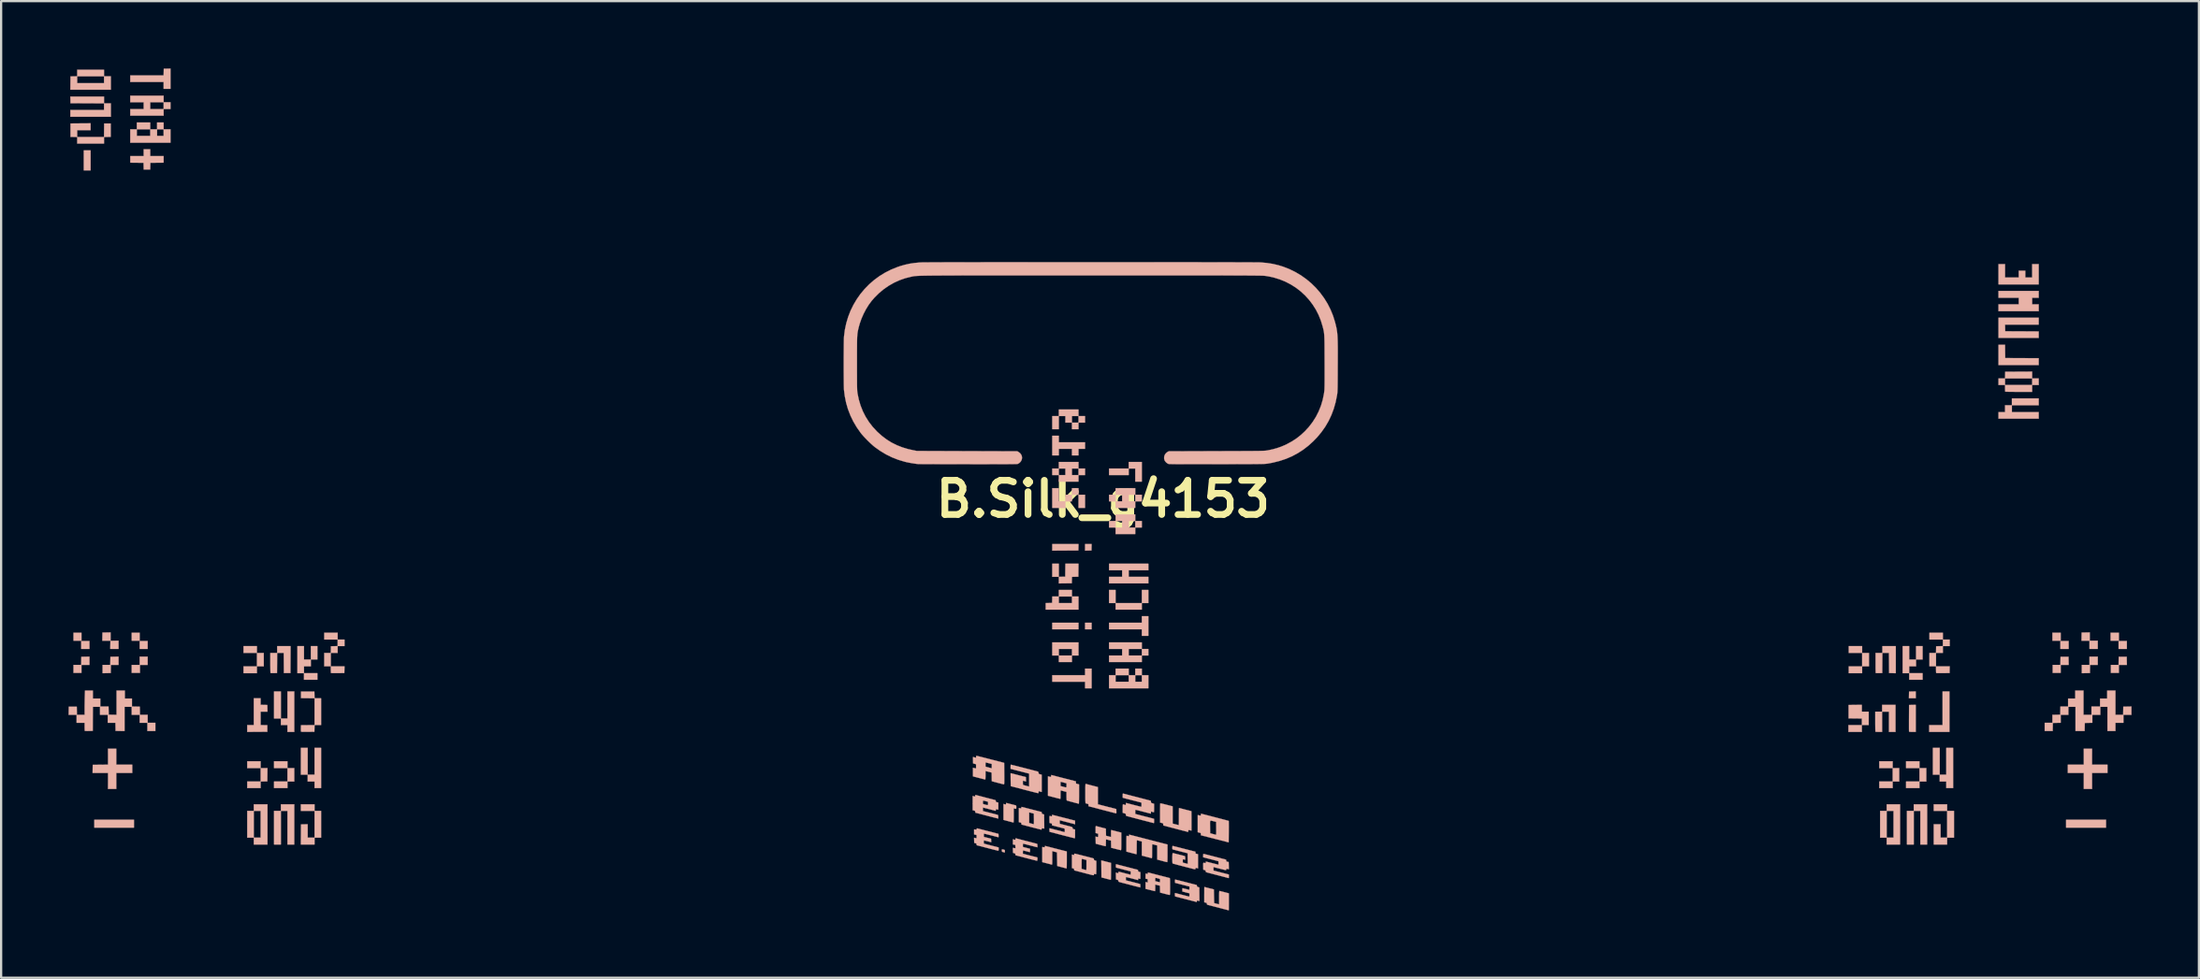
<source format=kicad_pcb>
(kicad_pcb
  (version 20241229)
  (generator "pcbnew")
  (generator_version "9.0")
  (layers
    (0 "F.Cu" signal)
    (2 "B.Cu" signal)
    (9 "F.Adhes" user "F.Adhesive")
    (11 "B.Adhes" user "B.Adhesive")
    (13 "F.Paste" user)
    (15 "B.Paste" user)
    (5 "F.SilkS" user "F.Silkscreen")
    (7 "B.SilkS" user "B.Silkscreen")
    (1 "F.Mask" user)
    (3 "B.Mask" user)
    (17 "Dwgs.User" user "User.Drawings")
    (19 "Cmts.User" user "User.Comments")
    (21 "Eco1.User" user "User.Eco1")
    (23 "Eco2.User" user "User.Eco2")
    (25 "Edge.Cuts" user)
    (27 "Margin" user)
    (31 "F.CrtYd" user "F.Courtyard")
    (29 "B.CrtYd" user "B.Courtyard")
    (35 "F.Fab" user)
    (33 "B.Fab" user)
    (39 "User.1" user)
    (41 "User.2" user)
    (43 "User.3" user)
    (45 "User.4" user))
  (footprint "B.Silk_g4153"
    (layer "F.Cu")
    (at 46.056 19.183)
    (property "Reference" "B.Silk_g4153" (at 0 0 0) (layer "F.SilkS") (effects (font (size 1.524 1.524) (thickness 0.3))))
    (attr through_hole)
    (fp_poly (pts (xy -45.479 6.312) (xy -45.834 6.312) (xy -45.834 5.956) (xy -45.479 5.956) (xy -45.479 6.312)) (stroke (width 0.01) (type solid)) (fill yes) (layer "B.SilkS"))
    (fp_poly (pts (xy -45.123 6.68) (xy -45.491 6.68) (xy -45.491 6.325) (xy -45.123 6.325) (xy -45.123 6.68)) (stroke (width 0.01) (type solid)) (fill yes) (layer "B.SilkS"))
    (fp_poly (pts (xy -45.072 -14.643) (xy -45.377 -14.643) (xy -45.377 -15.532) (xy -45.072 -15.532) (xy -45.072 -14.643)) (stroke (width 0.01) (type solid)) (fill yes) (layer "B.SilkS"))
    (fp_poly (pts (xy -44.183 6.312) (xy -44.552 6.312) (xy -44.545 5.95) (xy -44.183 5.943) (xy -44.183 6.312)) (stroke (width 0.01) (type solid)) (fill yes) (layer "B.SilkS"))
    (fp_poly (pts (xy -43.828 6.68) (xy -44.197 6.68) (xy -44.19 6.318) (xy -43.828 6.311) (xy -43.828 6.68)) (stroke (width 0.01) (type solid)) (fill yes) (layer "B.SilkS"))
    (fp_poly (pts (xy -43.142 14.643) (xy -44.907 14.643) (xy -44.907 14.287) (xy -43.142 14.287) (xy -43.142 14.643)) (stroke (width 0.01) (type solid)) (fill yes) (layer "B.SilkS"))
    (fp_poly (pts (xy -42.888 6.312) (xy -43.243 6.312) (xy -43.243 5.956) (xy -42.888 5.956) (xy -42.888 6.312)) (stroke (width 0.01) (type solid)) (fill yes) (layer "B.SilkS"))
    (fp_poly (pts (xy -42.532 6.68) (xy -42.888 6.68) (xy -42.888 6.325) (xy -42.532 6.325) (xy -42.532 6.68)) (stroke (width 0.01) (type solid)) (fill yes) (layer "B.SilkS"))
    (fp_poly (pts (xy -37.668 6.858) (xy -38.265 6.858) (xy -38.265 6.553) (xy -37.668 6.553) (xy -37.668 6.858)) (stroke (width 0.01) (type solid)) (fill yes) (layer "B.SilkS"))
    (fp_poly (pts (xy -37.668 7.76) (xy -38.265 7.76) (xy -38.265 7.455) (xy -37.668 7.455) (xy -37.668 7.76)) (stroke (width 0.01) (type solid)) (fill yes) (layer "B.SilkS"))
    (fp_poly (pts (xy -37.503 11.989) (xy -38.1 11.989) (xy -38.1 11.684) (xy -37.503 11.684) (xy -37.503 11.989)) (stroke (width 0.01) (type solid)) (fill yes) (layer "B.SilkS"))
    (fp_poly (pts (xy -37.363 7.455) (xy -37.668 7.455) (xy -37.668 6.858) (xy -37.363 6.858) (xy -37.363 7.455)) (stroke (width 0.01) (type solid)) (fill yes) (layer "B.SilkS"))
    (fp_poly (pts (xy -36.601 9.779) (xy -36.906 9.779) (xy -36.906 8.572) (xy -36.601 8.572) (xy -36.601 9.779)) (stroke (width 0.01) (type solid)) (fill yes) (layer "B.SilkS"))
    (fp_poly (pts (xy -36.601 15.392) (xy -36.906 15.392) (xy -36.906 13.894) (xy -36.601 13.894) (xy -36.601 15.392)) (stroke (width 0.01) (type solid)) (fill yes) (layer "B.SilkS"))
    (fp_poly (pts (xy -36.309 11.989) (xy -36.906 11.989) (xy -36.906 11.684) (xy -36.309 11.684) (xy -36.309 11.989)) (stroke (width 0.01) (type solid)) (fill yes) (layer "B.SilkS"))
    (fp_poly (pts (xy -36.309 12.878) (xy -36.906 12.878) (xy -36.906 12.586) (xy -36.309 12.586) (xy -36.309 12.878)) (stroke (width 0.01) (type solid)) (fill yes) (layer "B.SilkS"))
    (fp_poly (pts (xy -36.005 12.586) (xy -36.309 12.586) (xy -36.309 11.989) (xy -36.005 11.989) (xy -36.005 12.586)) (stroke (width 0.01) (type solid)) (fill yes) (layer "B.SilkS"))
    (fp_poly (pts (xy -35.408 12.281) (xy -35.712 12.281) (xy -35.712 11.087) (xy -35.408 11.087) (xy -35.408 12.281)) (stroke (width 0.01) (type solid)) (fill yes) (layer "B.SilkS"))
    (fp_poly (pts (xy -35.103 13.894) (xy -35.712 13.894) (xy -35.712 13.602) (xy -35.103 13.602) (xy -35.103 13.894)) (stroke (width 0.01) (type solid)) (fill yes) (layer "B.SilkS"))
    (fp_poly (pts (xy -34.976 7.15) (xy -35.268 7.15) (xy -35.268 6.553) (xy -34.976 6.553) (xy -34.976 7.15)) (stroke (width 0.01) (type solid)) (fill yes) (layer "B.SilkS"))
    (fp_poly (pts (xy -34.976 8.052) (xy -35.573 8.052) (xy -35.573 7.76) (xy -34.976 7.76) (xy -34.976 8.052)) (stroke (width 0.01) (type solid)) (fill yes) (layer "B.SilkS"))
    (fp_poly (pts (xy -34.811 15.088) (xy -35.103 15.088) (xy -35.103 13.894) (xy -34.811 13.894) (xy -34.811 15.088)) (stroke (width 0.01) (type solid)) (fill yes) (layer "B.SilkS"))
    (fp_poly (pts (xy -34.074 6.261) (xy -34.671 6.261) (xy -34.671 5.956) (xy -34.074 5.956) (xy -34.074 6.261)) (stroke (width 0.01) (type solid)) (fill yes) (layer "B.SilkS"))
    (fp_poly (pts (xy -1.968 -3.111) (xy -2.261 -3.111) (xy -2.261 -3.696) (xy -1.968 -3.696) (xy -1.968 -3.111)) (stroke (width 0.01) (type solid)) (fill yes) (layer "B.SilkS"))
    (fp_poly (pts (xy -1.968 3.467) (xy -2.261 3.467) (xy -2.261 2.883) (xy -1.968 2.883) (xy -1.968 3.467)) (stroke (width 0.01) (type solid)) (fill yes) (layer "B.SilkS"))
    (fp_poly (pts (xy -1.384 0.102) (xy -1.676 0.102) (xy -1.676 -0.191) (xy -1.384 -0.191) (xy -1.384 0.102)) (stroke (width 0.01) (type solid)) (fill yes) (layer "B.SilkS"))
    (fp_poly (pts (xy -1.092 -0.191) (xy -1.384 -0.191) (xy -1.384 -0.483) (xy -1.092 -0.483) (xy -1.092 -0.191)) (stroke (width 0.01) (type solid)) (fill yes) (layer "B.SilkS"))
    (fp_poly (pts (xy -1.092 5.804) (xy -2.261 5.804) (xy -2.261 5.512) (xy -1.092 5.512) (xy -1.092 5.804)) (stroke (width 0.01) (type solid)) (fill yes) (layer "B.SilkS"))
    (fp_poly (pts (xy -0.8 0.394) (xy -1.092 0.394) (xy -1.092 -0.191) (xy -0.8 -0.191) (xy -0.8 0.394)) (stroke (width 0.01) (type solid)) (fill yes) (layer "B.SilkS"))
    (fp_poly (pts (xy -0.508 5.804) (xy -0.8 5.804) (xy -0.8 5.512) (xy -0.508 5.512) (xy -0.508 5.804)) (stroke (width 0.01) (type solid)) (fill yes) (layer "B.SilkS"))
    (fp_poly (pts (xy 0.559 4.636) (xy 0.267 4.636) (xy 0.267 4.051) (xy 0.559 4.051) (xy 0.559 4.636)) (stroke (width 0.01) (type solid)) (fill yes) (layer "B.SilkS"))
    (fp_poly (pts (xy 1.143 -1.067) (xy 0.267 -1.067) (xy 0.267 -1.359) (xy 1.143 -1.359) (xy 1.143 -1.067)) (stroke (width 0.01) (type solid)) (fill yes) (layer "B.SilkS"))
    (fp_poly (pts (xy 1.727 4.928) (xy 0.559 4.928) (xy 0.559 4.636) (xy 1.727 4.636) (xy 1.727 4.928)) (stroke (width 0.01) (type solid)) (fill yes) (layer "B.SilkS"))
    (fp_poly (pts (xy 2.019 4.636) (xy 1.727 4.636) (xy 1.727 4.051) (xy 2.019 4.051) (xy 2.019 4.636)) (stroke (width 0.01) (type solid)) (fill yes) (layer "B.SilkS"))
    (fp_poly (pts (xy 33.782 10.376) (xy 33.185 10.376) (xy 33.185 10.071) (xy 33.782 10.071) (xy 33.782 10.376)) (stroke (width 0.01) (type solid)) (fill yes) (layer "B.SilkS"))
    (fp_poly (pts (xy 33.795 6.858) (xy 33.198 6.858) (xy 33.198 6.553) (xy 33.795 6.553) (xy 33.795 6.858)) (stroke (width 0.01) (type solid)) (fill yes) (layer "B.SilkS"))
    (fp_poly (pts (xy 33.795 7.76) (xy 33.198 7.76) (xy 33.198 7.455) (xy 33.795 7.455) (xy 33.795 7.76)) (stroke (width 0.01) (type solid)) (fill yes) (layer "B.SilkS"))
    (fp_poly (pts (xy 34.099 7.455) (xy 33.795 7.455) (xy 33.795 6.858) (xy 34.099 6.858) (xy 34.099 7.455)) (stroke (width 0.01) (type solid)) (fill yes) (layer "B.SilkS"))
    (fp_poly (pts (xy 35.154 11.989) (xy 34.557 11.989) (xy 34.557 11.684) (xy 35.154 11.684) (xy 35.154 11.989)) (stroke (width 0.01) (type solid)) (fill yes) (layer "B.SilkS"))
    (fp_poly (pts (xy 35.154 12.878) (xy 34.557 12.878) (xy 34.557 12.586) (xy 35.154 12.586) (xy 35.154 12.878)) (stroke (width 0.01) (type solid)) (fill yes) (layer "B.SilkS"))
    (fp_poly (pts (xy 35.446 12.586) (xy 35.154 12.586) (xy 35.154 11.989) (xy 35.446 11.989) (xy 35.446 12.586)) (stroke (width 0.01) (type solid)) (fill yes) (layer "B.SilkS"))
    (fp_poly (pts (xy 36.093 15.392) (xy 35.789 15.392) (xy 35.789 13.894) (xy 36.093 13.894) (xy 36.093 15.392)) (stroke (width 0.01) (type solid)) (fill yes) (layer "B.SilkS"))
    (fp_poly (pts (xy 36.347 11.989) (xy 35.751 11.989) (xy 35.751 11.684) (xy 36.347 11.684) (xy 36.347 11.989)) (stroke (width 0.01) (type solid)) (fill yes) (layer "B.SilkS"))
    (fp_poly (pts (xy 36.347 12.878) (xy 35.751 12.878) (xy 35.751 12.586) (xy 36.347 12.586) (xy 36.347 12.878)) (stroke (width 0.01) (type solid)) (fill yes) (layer "B.SilkS"))
    (fp_poly (pts (xy 36.487 7.15) (xy 36.195 7.15) (xy 36.195 6.553) (xy 36.487 6.553) (xy 36.487 7.15)) (stroke (width 0.01) (type solid)) (fill yes) (layer "B.SilkS"))
    (fp_poly (pts (xy 36.487 8.052) (xy 35.89 8.052) (xy 35.89 7.76) (xy 36.487 7.76) (xy 36.487 8.052)) (stroke (width 0.01) (type solid)) (fill yes) (layer "B.SilkS"))
    (fp_poly (pts (xy 36.652 12.586) (xy 36.347 12.586) (xy 36.347 11.989) (xy 36.652 11.989) (xy 36.652 12.586)) (stroke (width 0.01) (type solid)) (fill yes) (layer "B.SilkS"))
    (fp_poly (pts (xy 37.249 12.281) (xy 36.944 12.281) (xy 36.944 11.087) (xy 37.249 11.087) (xy 37.249 12.281)) (stroke (width 0.01) (type solid)) (fill yes) (layer "B.SilkS"))
    (fp_poly (pts (xy 37.389 6.261) (xy 36.792 6.261) (xy 36.792 5.956) (xy 37.389 5.956) (xy 37.389 6.261)) (stroke (width 0.01) (type solid)) (fill yes) (layer "B.SilkS"))
    (fp_poly (pts (xy 37.579 13.894) (xy 36.982 13.894) (xy 36.982 13.602) (xy 37.579 13.602) (xy 37.579 13.894)) (stroke (width 0.01) (type solid)) (fill yes) (layer "B.SilkS"))
    (fp_poly (pts (xy 37.884 15.088) (xy 37.579 15.088) (xy 37.579 13.894) (xy 37.884 13.894) (xy 37.884 15.088)) (stroke (width 0.01) (type solid)) (fill yes) (layer "B.SilkS"))
    (fp_poly (pts (xy 41.656 -4.178) (xy 40.462 -4.178) (xy 40.462 -4.483) (xy 41.656 -4.483) (xy 41.656 -4.178)) (stroke (width 0.01) (type solid)) (fill yes) (layer "B.SilkS"))
    (fp_poly (pts (xy 42.634 6.312) (xy 42.266 6.312) (xy 42.266 5.956) (xy 42.634 5.956) (xy 42.634 6.312)) (stroke (width 0.01) (type solid)) (fill yes) (layer "B.SilkS"))
    (fp_poly (pts (xy 42.989 6.68) (xy 42.621 6.68) (xy 42.621 6.325) (xy 42.989 6.325) (xy 42.989 6.68)) (stroke (width 0.01) (type solid)) (fill yes) (layer "B.SilkS"))
    (fp_poly (pts (xy 44.653 14.643) (xy 42.875 14.643) (xy 42.875 14.287) (xy 44.653 14.287) (xy 44.653 14.643)) (stroke (width 0.01) (type solid)) (fill yes) (layer "B.SilkS"))
    (fp_poly (pts (xy 45.225 6.312) (xy 44.856 6.312) (xy 44.856 5.956) (xy 45.225 5.956) (xy 45.225 6.312)) (stroke (width 0.01) (type solid)) (fill yes) (layer "B.SilkS"))
    (fp_poly (pts (xy 45.58 6.68) (xy 45.212 6.68) (xy 45.212 6.325) (xy 45.58 6.325) (xy 45.58 6.68)) (stroke (width 0.01) (type solid)) (fill yes) (layer "B.SilkS"))
    (fp_poly (pts (xy -1.095 2.149) (xy -1.099 2.292) (xy -2.261 2.299) (xy -2.261 2.007) (xy -1.091 2.007) (xy -1.095 2.149)) (stroke (width 0.01) (type solid)) (fill yes) (layer "B.SilkS"))
    (fp_poly (pts (xy -36.601 13.602) (xy -36.005 13.602) (xy -36.005 15.392) (xy -36.309 15.392) (xy -36.309 13.894) (xy -36.601 13.894) (xy -36.601 13.602)) (stroke (width 0.01) (type solid)) (fill yes) (layer "B.SilkS"))
    (fp_poly (pts (xy -1.968 0.102) (xy -1.676 0.102) (xy -1.676 0.394) (xy -2.261 0.394) (xy -2.261 -0.483) (xy -1.968 -0.483) (xy -1.968 0.102)) (stroke (width 0.01) (type solid)) (fill yes) (layer "B.SilkS"))
    (fp_poly (pts (xy -0.511 2.149) (xy -0.514 2.292) (xy -0.657 2.296) (xy -0.8 2.3) (xy -0.8 2.007) (xy -0.507 2.007) (xy -0.511 2.149)) (stroke (width 0.01) (type solid)) (fill yes) (layer "B.SilkS"))
    (fp_poly (pts (xy 1.143 -1.651) (xy 1.727 -1.651) (xy 1.727 -0.775) (xy 1.435 -0.775) (xy 1.435 -1.359) (xy 1.143 -1.359) (xy 1.143 -1.651)) (stroke (width 0.01) (type solid)) (fill yes) (layer "B.SilkS"))
    (fp_poly (pts (xy 34.684 9.169) (xy 35.281 9.169) (xy 35.281 10.376) (xy 34.989 10.376) (xy 34.989 9.474) (xy 34.684 9.474) (xy 34.684 9.169)) (stroke (width 0.01) (type solid)) (fill yes) (layer "B.SilkS"))
    (fp_poly (pts (xy 36.093 13.602) (xy 36.69 13.602) (xy 36.69 15.392) (xy 36.386 15.392) (xy 36.386 13.894) (xy 36.093 13.894) (xy 36.093 13.602)) (stroke (width 0.01) (type solid)) (fill yes) (layer "B.SilkS"))
    (fp_poly (pts (xy 36.182 8.877) (xy 35.877 8.877) (xy 35.88 8.728) (xy 35.884 8.579) (xy 36.033 8.575) (xy 36.182 8.572) (xy 36.182 8.877)) (stroke (width 0.01) (type solid)) (fill yes) (layer "B.SilkS"))
    (fp_poly (pts (xy 37.287 15.088) (xy 37.579 15.088) (xy 37.579 15.392) (xy 36.982 15.392) (xy 36.982 14.491) (xy 37.287 14.491) (xy 37.287 15.088)) (stroke (width 0.01) (type solid)) (fill yes) (layer "B.SilkS"))
    (fp_poly (pts (xy 37.681 10.376) (xy 36.779 10.376) (xy 36.779 10.071) (xy 37.376 10.071) (xy 37.376 8.572) (xy 37.681 8.572) (xy 37.681 10.376)) (stroke (width 0.01) (type solid)) (fill yes) (layer "B.SilkS"))
    (fp_poly (pts (xy -45.123 7.391) (xy -45.479 7.391) (xy -45.479 7.747) (xy -45.834 7.747) (xy -45.834 7.391) (xy -45.492 7.391) (xy -45.485 7.029) (xy -45.123 7.022) (xy -45.123 7.391)) (stroke (width 0.01) (type solid)) (fill yes) (layer "B.SilkS"))
    (fp_poly (pts (xy -42.532 7.391) (xy -42.875 7.391) (xy -42.875 7.747) (xy -43.243 7.747) (xy -43.243 7.391) (xy -42.888 7.391) (xy -42.888 7.023) (xy -42.532 7.023) (xy -42.532 7.391)) (stroke (width 0.01) (type solid)) (fill yes) (layer "B.SilkS"))
    (fp_poly (pts (xy -37.205 12.579) (xy -37.503 12.587) (xy -37.503 12.878) (xy -38.1 12.878) (xy -38.1 12.586) (xy -37.503 12.586) (xy -37.503 11.989) (xy -37.198 11.989) (xy -37.205 12.579)) (stroke (width 0.01) (type solid)) (fill yes) (layer "B.SilkS"))
    (fp_poly (pts (xy -36.005 10.376) (xy -36.309 10.376) (xy -36.309 10.071) (xy -36.601 10.071) (xy -36.601 9.779) (xy -36.309 9.779) (xy -36.309 8.572) (xy -36.005 8.572) (xy -36.005 10.376)) (stroke (width 0.01) (type solid)) (fill yes) (layer "B.SilkS"))
    (fp_poly (pts (xy -35.573 7.15) (xy -35.268 7.15) (xy -35.268 7.455) (xy -35.573 7.455) (xy -35.573 7.76) (xy -35.865 7.76) (xy -35.865 6.553) (xy -35.573 6.553) (xy -35.573 7.15)) (stroke (width 0.01) (type solid)) (fill yes) (layer "B.SilkS"))
    (fp_poly (pts (xy -35.408 15.088) (xy -35.103 15.088) (xy -35.103 15.392) (xy -35.713 15.392) (xy -35.709 14.945) (xy -35.706 14.497) (xy -35.557 14.493) (xy -35.408 14.49) (xy -35.408 15.088)) (stroke (width 0.01) (type solid)) (fill yes) (layer "B.SilkS"))
    (fp_poly (pts (xy -34.811 12.878) (xy -35.103 12.878) (xy -35.103 12.586) (xy -35.408 12.586) (xy -35.408 12.281) (xy -35.103 12.281) (xy -35.103 11.087) (xy -34.811 11.087) (xy -34.811 12.878)) (stroke (width 0.01) (type solid)) (fill yes) (layer "B.SilkS"))
    (fp_poly (pts (xy -0.508 8.433) (xy -0.8 8.433) (xy -0.8 8.141) (xy -2.261 8.141) (xy -2.261 7.849) (xy -0.8 7.849) (xy -0.8 7.556) (xy -0.508 7.556) (xy -0.508 8.433)) (stroke (width 0.01) (type solid)) (fill yes) (layer "B.SilkS"))
    (fp_poly (pts (xy 2.019 6.096) (xy 1.727 6.096) (xy 1.727 5.804) (xy 0.267 5.804) (xy 0.267 5.512) (xy 1.727 5.512) (xy 1.727 5.22) (xy 2.019 5.22) (xy 2.019 6.096)) (stroke (width 0.01) (type solid)) (fill yes) (layer "B.SilkS"))
    (fp_poly (pts (xy 35.89 7.15) (xy 36.195 7.15) (xy 36.195 7.455) (xy 35.89 7.455) (xy 35.89 7.76) (xy 35.598 7.76) (xy 35.598 6.553) (xy 35.89 6.553) (xy 35.89 7.15)) (stroke (width 0.01) (type solid)) (fill yes) (layer "B.SilkS"))
    (fp_poly (pts (xy 37.846 12.878) (xy 37.541 12.878) (xy 37.541 12.586) (xy 37.249 12.586) (xy 37.249 12.281) (xy 37.541 12.281) (xy 37.541 11.087) (xy 37.846 11.087) (xy 37.846 12.878)) (stroke (width 0.01) (type solid)) (fill yes) (layer "B.SilkS"))
    (fp_poly (pts (xy 40.16 -6.575) (xy 40.164 -6.28) (xy 40.91 -6.277) (xy 41.656 -6.274) (xy 41.656 -5.969) (xy 39.865 -5.969) (xy 39.865 -6.871) (xy 40.157 -6.871) (xy 40.16 -6.575)) (stroke (width 0.01) (type solid)) (fill yes) (layer "B.SilkS"))
    (fp_poly (pts (xy 40.462 -3.873) (xy 41.656 -3.873) (xy 41.656 -3.581) (xy 39.865 -3.581) (xy 39.865 -3.873) (xy 40.157 -3.873) (xy 40.157 -4.178) (xy 40.462 -4.178) (xy 40.462 -3.873)) (stroke (width 0.01) (type solid)) (fill yes) (layer "B.SilkS"))
    (fp_poly (pts (xy 43.929 6.312) (xy 44.285 6.312) (xy 44.285 6.68) (xy 43.917 6.68) (xy 43.917 6.312) (xy 43.56 6.312) (xy 43.567 5.95) (xy 43.929 5.943) (xy 43.929 6.312)) (stroke (width 0.01) (type solid)) (fill yes) (layer "B.SilkS"))
    (fp_poly (pts (xy -1.099 3.461) (xy -1.383 3.468) (xy -1.391 3.753) (xy -1.968 3.76) (xy -1.968 3.468) (xy -1.826 3.464) (xy -1.683 3.461) (xy -1.676 2.883) (xy -1.092 2.883) (xy -1.099 3.461)) (stroke (width 0.01) (type solid)) (fill yes) (layer "B.SilkS"))
    (fp_poly (pts (xy 33.782 9.474) (xy 34.087 9.474) (xy 34.087 10.071) (xy 33.782 10.071) (xy 33.782 9.779) (xy 33.191 9.773) (xy 33.191 9.176) (xy 33.487 9.172) (xy 33.782 9.169) (xy 33.782 9.474)) (stroke (width 0.01) (type solid)) (fill yes) (layer "B.SilkS"))
    (fp_poly (pts (xy 42.987 7.21) (xy 42.99 7.391) (xy 42.634 7.391) (xy 42.634 7.747) (xy 42.278 7.747) (xy 42.278 7.391) (xy 42.621 7.391) (xy 42.628 7.029) (xy 42.983 7.029) (xy 42.987 7.21)) (stroke (width 0.01) (type solid)) (fill yes) (layer "B.SilkS"))
    (fp_poly (pts (xy 45.577 7.21) (xy 45.581 7.391) (xy 45.225 7.391) (xy 45.225 7.747) (xy 44.869 7.747) (xy 44.869 7.391) (xy 45.211 7.391) (xy 45.218 7.029) (xy 45.574 7.029) (xy 45.577 7.21)) (stroke (width 0.01) (type solid)) (fill yes) (layer "B.SilkS"))
    (fp_poly (pts (xy -43.828 7.391) (xy -44.17 7.391) (xy -44.173 7.572) (xy -44.177 7.753) (xy -44.358 7.757) (xy -44.539 7.76) (xy -44.539 7.391) (xy -44.197 7.391) (xy -44.19 7.029) (xy -43.828 7.022) (xy -43.828 7.391)) (stroke (width 0.01) (type solid)) (fill yes) (layer "B.SilkS"))
    (fp_poly (pts (xy -41.516 -18.275) (xy -41.821 -18.275) (xy -41.821 -18.58) (xy -43.307 -18.58) (xy -43.307 -18.872) (xy -41.822 -18.872) (xy -41.818 -19.021) (xy -41.815 -19.171) (xy -41.666 -19.174) (xy -41.516 -19.178) (xy -41.516 -18.275)) (stroke (width 0.01) (type solid)) (fill yes) (layer "B.SilkS"))
    (fp_poly (pts (xy 41.656 -7.772) (xy 40.157 -7.772) (xy 40.16 -7.623) (xy 40.164 -7.474) (xy 40.91 -7.471) (xy 41.656 -7.467) (xy 41.656 -7.176) (xy 39.865 -7.176) (xy 39.865 -8.077) (xy 41.656 -8.077) (xy 41.656 -7.772)) (stroke (width 0.01) (type solid)) (fill yes) (layer "B.SilkS"))
    (fp_poly (pts (xy 44.285 7.391) (xy 43.943 7.391) (xy 43.939 7.572) (xy 43.936 7.753) (xy 43.755 7.757) (xy 43.574 7.76) (xy 43.574 7.391) (xy 43.917 7.391) (xy 43.917 7.023) (xy 44.285 7.023) (xy 44.285 7.391)) (stroke (width 0.01) (type solid)) (fill yes) (layer "B.SilkS"))
    (fp_poly (pts (xy -44.475 -17.628) (xy -44.171 -17.628) (xy -44.171 -17.031) (xy -45.974 -17.031) (xy -45.974 -17.335) (xy -44.475 -17.335) (xy -44.475 -17.627) (xy -45.222 -17.631) (xy -45.968 -17.634) (xy -45.971 -17.783) (xy -45.975 -17.932) (xy -44.475 -17.932) (xy -44.475 -17.628)) (stroke (width 0.01) (type solid)) (fill yes) (layer "B.SilkS"))
    (fp_poly (pts (xy -37.198 15.392) (xy -37.808 15.392) (xy -37.808 15.088) (xy -38.1 15.088) (xy -38.1 13.894) (xy -37.808 13.894) (xy -37.808 15.088) (xy -37.503 15.088) (xy -37.503 13.894) (xy -37.808 13.894) (xy -37.808 13.602) (xy -37.198 13.602) (xy -37.198 15.392)) (stroke (width 0.01) (type solid)) (fill yes) (layer "B.SilkS"))
    (fp_poly (pts (xy -1.968 -2.527) (xy -0.8 -2.527) (xy -0.8 -2.235) (xy -1.092 -2.235) (xy -1.092 -1.943) (xy -1.384 -1.943) (xy -1.384 -2.235) (xy -1.968 -2.235) (xy -1.968 -1.943) (xy -2.261 -1.943) (xy -2.261 -2.819) (xy -1.968 -2.819) (xy -1.968 -2.527)) (stroke (width 0.01) (type solid)) (fill yes) (layer "B.SilkS"))
    (fp_poly (pts (xy 2.019 3.175) (xy 1.143 3.175) (xy 1.143 3.467) (xy 2.019 3.467) (xy 2.019 3.759) (xy 0.267 3.759) (xy 0.267 3.467) (xy 0.851 3.467) (xy 0.851 3.175) (xy 0.267 3.175) (xy 0.267 2.883) (xy 2.019 2.883) (xy 2.019 3.175)) (stroke (width 0.01) (type solid)) (fill yes) (layer "B.SilkS"))
    (fp_poly (pts (xy 35.484 15.392) (xy 34.887 15.392) (xy 34.887 15.088) (xy 34.595 15.088) (xy 34.595 13.894) (xy 34.887 13.894) (xy 34.887 15.088) (xy 35.192 15.088) (xy 35.192 13.894) (xy 34.887 13.894) (xy 34.887 13.602) (xy 35.484 13.602) (xy 35.484 15.392)) (stroke (width 0.01) (type solid)) (fill yes) (layer "B.SilkS"))
    (fp_poly (pts (xy 40.157 -9.868) (xy 40.767 -9.868) (xy 40.767 -10.173) (xy 41.059 -10.173) (xy 41.059 -9.868) (xy 41.364 -9.868) (xy 41.364 -10.465) (xy 41.656 -10.465) (xy 41.656 -9.563) (xy 39.865 -9.563) (xy 39.865 -10.465) (xy 40.157 -10.465) (xy 40.157 -9.868)) (stroke (width 0.01) (type solid)) (fill yes) (layer "B.SilkS"))
    (fp_poly (pts (xy 41.656 -8.966) (xy 41.364 -8.966) (xy 41.364 -8.674) (xy 41.656 -8.674) (xy 41.656 -8.369) (xy 39.865 -8.369) (xy 39.865 -8.674) (xy 40.767 -8.674) (xy 40.767 -8.966) (xy 39.865 -8.966) (xy 39.865 -9.271) (xy 41.656 -9.271) (xy 41.656 -8.966)) (stroke (width 0.01) (type solid)) (fill yes) (layer "B.SilkS"))
    (fp_poly (pts (xy -37.503 9.169) (xy -37.354 9.172) (xy -37.205 9.176) (xy -37.197 9.474) (xy -37.503 9.474) (xy -37.503 10.07) (xy -37.354 10.074) (xy -37.205 10.077) (xy -37.205 10.37) (xy -38.1 10.376) (xy -38.1 10.071) (xy -37.808 10.071) (xy -37.808 8.877) (xy -37.503 8.877) (xy -37.503 9.169)) (stroke (width 0.01) (type solid)) (fill yes) (layer "B.SilkS"))
    (fp_poly (pts (xy -33.776 7.753) (xy -34.069 7.757) (xy -34.152 7.757) (xy -34.228 7.757) (xy -34.291 7.756) (xy -34.338 7.755) (xy -34.365 7.753) (xy -34.37 7.751) (xy -34.374 7.736) (xy -34.376 7.701) (xy -34.378 7.651) (xy -34.379 7.599) (xy -34.379 7.455) (xy -33.768 7.455) (xy -33.776 7.753)) (stroke (width 0.01) (type solid)) (fill yes) (layer "B.SilkS"))
    (fp_poly (pts (xy -33.769 6.553) (xy -34.074 6.553) (xy -34.074 6.858) (xy -34.379 6.858) (xy -34.379 7.455) (xy -34.671 7.455) (xy -34.671 6.858) (xy -34.38 6.858) (xy -34.376 6.709) (xy -34.373 6.56) (xy -34.223 6.556) (xy -34.074 6.552) (xy -34.074 6.261) (xy -33.769 6.261) (xy -33.769 6.553)) (stroke (width 0.01) (type solid)) (fill yes) (layer "B.SilkS"))
    (fp_poly (pts (xy 37.687 7.753) (xy 37.394 7.757) (xy 37.31 7.757) (xy 37.235 7.757) (xy 37.172 7.756) (xy 37.125 7.755) (xy 37.098 7.753) (xy 37.093 7.751) (xy 37.089 7.736) (xy 37.086 7.701) (xy 37.085 7.651) (xy 37.084 7.599) (xy 37.084 7.455) (xy 37.694 7.455) (xy 37.687 7.753)) (stroke (width 0.01) (type solid)) (fill yes) (layer "B.SilkS"))
    (fp_poly (pts (xy 37.694 6.553) (xy 37.389 6.553) (xy 37.389 6.858) (xy 37.084 6.858) (xy 37.084 7.455) (xy 36.792 7.455) (xy 36.792 6.858) (xy 37.083 6.858) (xy 37.087 6.709) (xy 37.09 6.56) (xy 37.24 6.556) (xy 37.389 6.552) (xy 37.389 6.261) (xy 37.694 6.261) (xy 37.694 6.553)) (stroke (width 0.01) (type solid)) (fill yes) (layer "B.SilkS"))
    (fp_poly (pts (xy -45.072 -16.434) (xy -45.669 -16.434) (xy -45.669 -16.129) (xy -44.476 -16.129) (xy -44.469 -16.732) (xy -44.177 -16.732) (xy -44.177 -16.135) (xy -44.475 -16.128) (xy -44.475 -15.837) (xy -45.669 -15.837) (xy -45.669 -16.128) (xy -45.968 -16.135) (xy -45.968 -16.732) (xy -45.52 -16.736) (xy -45.072 -16.739) (xy -45.072 -16.434)) (stroke (width 0.01) (type solid)) (fill yes) (layer "B.SilkS"))
    (fp_poly (pts (xy -42.418 -15.278) (xy -41.821 -15.278) (xy -41.821 -14.986) (xy -42.116 -14.983) (xy -42.412 -14.98) (xy -42.415 -14.83) (xy -42.419 -14.681) (xy -42.709 -14.681) (xy -42.716 -14.98) (xy -43.012 -14.983) (xy -43.307 -14.986) (xy -43.307 -15.278) (xy -42.71 -15.278) (xy -42.71 -15.583) (xy -42.418 -15.583) (xy -42.418 -15.278)) (stroke (width 0.01) (type solid)) (fill yes) (layer "B.SilkS"))
    (fp_poly (pts (xy -1.092 6.972) (xy -1.384 6.972) (xy -1.384 7.264) (xy -1.968 7.264) (xy -1.968 6.972) (xy -2.261 6.972) (xy -2.261 6.68) (xy -1.968 6.68) (xy -1.968 6.972) (xy -1.384 6.972) (xy -1.384 6.68) (xy -1.968 6.68) (xy -2.261 6.68) (xy -2.261 6.388) (xy -1.092 6.388) (xy -1.092 6.972)) (stroke (width 0.01) (type solid)) (fill yes) (layer "B.SilkS"))
    (fp_poly (pts (xy 34.684 10.376) (xy 34.54 10.376) (xy 34.482 10.375) (xy 34.433 10.373) (xy 34.4 10.37) (xy 34.387 10.367) (xy 34.385 10.353) (xy 34.384 10.316) (xy 34.382 10.26) (xy 34.381 10.188) (xy 34.38 10.101) (xy 34.379 10.004) (xy 34.379 9.917) (xy 34.379 9.474) (xy 34.684 9.474) (xy 34.684 10.376)) (stroke (width 0.01) (type solid)) (fill yes) (layer "B.SilkS"))
    (fp_poly (pts (xy -1.092 4.343) (xy -1.092 4.928) (xy -2.553 4.928) (xy -2.553 4.636) (xy -2.41 4.633) (xy -2.267 4.629) (xy -2.263 4.486) (xy -2.26 4.343) (xy -1.968 4.343) (xy -1.968 4.636) (xy -1.384 4.636) (xy -1.384 4.343) (xy -1.968 4.343) (xy -1.968 4.051) (xy -1.384 4.051) (xy -1.384 4.343) (xy -1.092 4.343)) (stroke (width 0.01) (type solid)) (fill yes) (layer "B.SilkS"))
    (fp_poly (pts (xy -44.171 -18.834) (xy -44.171 -18.237) (xy -45.974 -18.237) (xy -45.971 -18.532) (xy -45.968 -18.828) (xy -45.818 -18.831) (xy -45.703 -18.834) (xy -45.669 -18.834) (xy -45.669 -18.529) (xy -44.475 -18.529) (xy -44.475 -18.834) (xy -45.669 -18.834) (xy -45.703 -18.834) (xy -45.669 -18.835) (xy -45.669 -19.126) (xy -44.475 -19.126) (xy -44.475 -18.834) (xy -44.171 -18.834)) (stroke (width 0.01) (type solid)) (fill yes) (layer "B.SilkS"))
    (fp_poly (pts (xy 36.182 10.376) (xy 36.036 10.376) (xy 35.966 10.375) (xy 35.919 10.372) (xy 35.892 10.367) (xy 35.883 10.36) (xy 35.882 10.344) (xy 35.881 10.306) (xy 35.88 10.247) (xy 35.88 10.171) (xy 35.88 10.08) (xy 35.88 9.976) (xy 35.88 9.863) (xy 35.881 9.76) (xy 35.884 9.176) (xy 36.033 9.172) (xy 36.182 9.169) (xy 36.182 10.376)) (stroke (width 0.01) (type solid)) (fill yes) (layer "B.SilkS"))
    (fp_poly (pts (xy -41.516 -17.678) (xy -41.516 -17.374) (xy -41.821 -17.374) (xy -41.821 -17.081) (xy -43.307 -17.081) (xy -43.307 -17.374) (xy -42.71 -17.374) (xy -42.71 -17.678) (xy -42.418 -17.678) (xy -42.418 -17.374) (xy -41.821 -17.374) (xy -41.821 -17.678) (xy -42.418 -17.678) (xy -42.71 -17.678) (xy -43.307 -17.678) (xy -43.307 -17.971) (xy -41.821 -17.971) (xy -41.821 -17.678) (xy -41.516 -17.678)) (stroke (width 0.01) (type solid)) (fill yes) (layer "B.SilkS"))
    (fp_poly (pts (xy -1.968 -3.988) (xy -1.092 -3.988) (xy -1.092 -3.696) (xy -0.8 -3.696) (xy -0.8 -3.404) (xy -1.092 -3.404) (xy -1.092 -3.111) (xy -1.384 -3.111) (xy -1.384 -3.404) (xy -1.676 -3.404) (xy -1.676 -3.696) (xy -1.384 -3.696) (xy -1.384 -3.404) (xy -1.092 -3.404) (xy -1.092 -3.696) (xy -1.384 -3.696) (xy -1.676 -3.696) (xy -1.968 -3.696) (xy -1.968 -3.988)) (stroke (width 0.01) (type solid)) (fill yes) (layer "B.SilkS"))
    (fp_poly (pts (xy 2.019 6.68) (xy 2.019 6.972) (xy 1.727 6.972) (xy 1.727 7.264) (xy 0.267 7.264) (xy 0.267 6.972) (xy 0.851 6.972) (xy 0.851 6.68) (xy 1.143 6.68) (xy 1.143 6.972) (xy 1.727 6.972) (xy 1.727 6.68) (xy 1.143 6.68) (xy 0.851 6.68) (xy 0.267 6.68) (xy 0.267 6.388) (xy 1.727 6.388) (xy 1.727 6.68) (xy 2.019 6.68)) (stroke (width 0.01) (type solid)) (fill yes) (layer "B.SilkS"))
    (fp_poly (pts (xy -4.438 15.616) (xy -4.416 15.622) (xy -4.387 15.632) (xy -4.373 15.645) (xy -4.369 15.671) (xy -4.369 15.691) (xy -4.371 15.725) (xy -4.376 15.745) (xy -4.378 15.747) (xy -4.395 15.743) (xy -4.428 15.735) (xy -4.445 15.73) (xy -4.48 15.72) (xy -4.497 15.707) (xy -4.504 15.684) (xy -4.506 15.662) (xy -4.506 15.629) (xy -4.498 15.612) (xy -4.477 15.608) (xy -4.438 15.616)) (stroke (width 0.01) (type solid)) (fill yes) (layer "B.SilkS"))
    (fp_poly (pts (xy -41.516 -16.472) (xy -41.516 -15.875) (xy -43.307 -15.875) (xy -43.307 -16.472) (xy -43.015 -16.472) (xy -43.015 -16.18) (xy -42.418 -16.18) (xy -42.418 -16.472) (xy -43.015 -16.472) (xy -43.015 -16.777) (xy -42.418 -16.777) (xy -42.418 -16.472) (xy -42.113 -16.472) (xy -42.113 -16.18) (xy -41.821 -16.18) (xy -41.821 -16.472) (xy -42.113 -16.472) (xy -42.113 -16.777) (xy -41.821 -16.777) (xy -41.821 -16.472) (xy -41.516 -16.472)) (stroke (width 0.01) (type solid)) (fill yes) (layer "B.SilkS"))
    (fp_poly (pts (xy 2.019 7.849) (xy 2.019 8.433) (xy 0.267 8.433) (xy 0.267 7.849) (xy 0.559 7.849) (xy 0.559 8.141) (xy 1.143 8.141) (xy 1.143 7.849) (xy 0.559 7.849) (xy 0.559 7.556) (xy 1.143 7.556) (xy 1.143 7.849) (xy 1.435 7.849) (xy 1.435 8.141) (xy 1.727 8.141) (xy 1.727 7.849) (xy 1.435 7.849) (xy 1.435 7.556) (xy 1.727 7.556) (xy 1.727 7.849) (xy 2.019 7.849)) (stroke (width 0.01) (type solid)) (fill yes) (layer "B.SilkS"))
    (fp_poly (pts (xy -36.176 7.753) (xy -36.468 7.753) (xy -36.471 7.306) (xy -36.475 6.858) (xy -36.766 6.858) (xy -36.773 7.753) (xy -36.913 7.757) (xy -36.971 7.758) (xy -37.018 7.757) (xy -37.051 7.754) (xy -37.062 7.752) (xy -37.065 7.737) (xy -37.066 7.7) (xy -37.068 7.644) (xy -37.069 7.571) (xy -37.07 7.485) (xy -37.071 7.388) (xy -37.071 7.3) (xy -37.071 6.858) (xy -36.767 6.858) (xy -36.767 6.553) (xy -36.169 6.553) (xy -36.176 7.753)) (stroke (width 0.01) (type solid)) (fill yes) (layer "B.SilkS"))
    (fp_poly (pts (xy -0.8 -1.359) (xy -0.8 -1.067) (xy -1.092 -1.067) (xy -1.092 -0.775) (xy -1.968 -0.775) (xy -1.968 -1.067) (xy -2.261 -1.067) (xy -2.261 -1.359) (xy -1.968 -1.359) (xy -1.968 -1.067) (xy -1.676 -1.067) (xy -1.676 -1.359) (xy -1.384 -1.359) (xy -1.384 -1.067) (xy -1.092 -1.067) (xy -1.092 -1.359) (xy -1.384 -1.359) (xy -1.676 -1.359) (xy -1.968 -1.359) (xy -1.968 -1.651) (xy -1.092 -1.651) (xy -1.092 -1.359) (xy -0.8 -1.359)) (stroke (width 0.01) (type solid)) (fill yes) (layer "B.SilkS"))
    (fp_poly (pts (xy 1.727 -0.191) (xy 1.727 0.102) (xy 1.435 0.102) (xy 1.435 0.394) (xy 0.559 0.394) (xy 0.559 0.102) (xy 0.267 0.102) (xy 0.267 -0.191) (xy 0.559 -0.191) (xy 0.559 0.102) (xy 0.851 0.102) (xy 0.851 -0.191) (xy 1.143 -0.191) (xy 1.143 0.102) (xy 1.435 0.102) (xy 1.435 -0.191) (xy 1.143 -0.191) (xy 0.851 -0.191) (xy 0.559 -0.191) (xy 0.559 -0.483) (xy 1.435 -0.483) (xy 1.435 -0.191) (xy 1.727 -0.191)) (stroke (width 0.01) (type solid)) (fill yes) (layer "B.SilkS"))
    (fp_poly (pts (xy 1.727 0.978) (xy 1.727 1.27) (xy 1.435 1.27) (xy 1.435 1.562) (xy 0.559 1.562) (xy 0.559 1.27) (xy 0.267 1.27) (xy 0.267 0.978) (xy 0.559 0.978) (xy 0.559 1.27) (xy 0.851 1.27) (xy 0.851 0.978) (xy 1.143 0.978) (xy 1.143 1.27) (xy 1.435 1.27) (xy 1.435 0.978) (xy 1.143 0.978) (xy 0.851 0.978) (xy 0.559 0.978) (xy 0.559 0.686) (xy 1.435 0.686) (xy 1.435 0.978) (xy 1.727 0.978)) (stroke (width 0.01) (type solid)) (fill yes) (layer "B.SilkS"))
    (fp_poly (pts (xy 35.293 7.761) (xy 34.995 7.753) (xy 34.992 7.306) (xy 34.988 6.858) (xy 34.697 6.858) (xy 34.69 7.753) (xy 34.55 7.757) (xy 34.492 7.758) (xy 34.445 7.757) (xy 34.412 7.754) (xy 34.4 7.752) (xy 34.398 7.737) (xy 34.396 7.7) (xy 34.395 7.644) (xy 34.393 7.571) (xy 34.392 7.485) (xy 34.392 7.388) (xy 34.392 7.3) (xy 34.392 6.858) (xy 34.696 6.858) (xy 34.696 6.553) (xy 35.293 6.553) (xy 35.293 7.761)) (stroke (width 0.01) (type solid)) (fill yes) (layer "B.SilkS"))
    (fp_poly (pts (xy 44.031 11.306) (xy 44.03 11.393) (xy 44.03 11.491) (xy 44.03 11.587) (xy 44.03 11.662) (xy 44.031 11.836) (xy 44.717 11.836) (xy 44.717 12.205) (xy 44.031 12.205) (xy 44.031 12.916) (xy 43.663 12.916) (xy 43.663 12.205) (xy 42.951 12.205) (xy 42.951 11.836) (xy 43.663 11.836) (xy 43.663 11.662) (xy 43.663 11.577) (xy 43.663 11.48) (xy 43.663 11.382) (xy 43.663 11.306) (xy 43.661 11.125) (xy 44.032 11.125) (xy 44.031 11.306)) (stroke (width 0.01) (type solid)) (fill yes) (layer "B.SilkS"))
    (fp_poly (pts (xy -43.929 11.836) (xy -43.218 11.836) (xy -43.218 12.205) (xy -43.929 12.205) (xy -43.929 12.916) (xy -44.299 12.916) (xy -44.298 12.735) (xy -44.297 12.648) (xy -44.297 12.55) (xy -44.297 12.454) (xy -44.297 12.379) (xy -44.298 12.205) (xy -44.984 12.205) (xy -44.977 11.843) (xy -44.637 11.839) (xy -44.298 11.836) (xy -44.297 11.662) (xy -44.297 11.577) (xy -44.297 11.48) (xy -44.297 11.382) (xy -44.298 11.306) (xy -44.299 11.125) (xy -43.929 11.125) (xy -43.929 11.836)) (stroke (width 0.01) (type solid)) (fill yes) (layer "B.SilkS"))
    (fp_poly (pts (xy -0.048 16.108) (xy -0.026 16.114) (xy 0.016 16.124) (xy 0.072 16.139) (xy 0.137 16.156) (xy 0.168 16.164) (xy 0.356 16.212) (xy 0.356 16.589) (xy 0.355 16.684) (xy 0.354 16.77) (xy 0.353 16.845) (xy 0.351 16.904) (xy 0.349 16.945) (xy 0.347 16.965) (xy 0.346 16.966) (xy 0.331 16.963) (xy 0.296 16.954) (xy 0.245 16.941) (xy 0.182 16.925) (xy 0.133 16.912) (xy -0.07 16.859) (xy -0.073 16.48) (xy -0.077 16.101) (xy -0.048 16.108)) (stroke (width 0.01) (type solid)) (fill yes) (layer "B.SilkS"))
    (fp_poly (pts (xy -35.102 8.877) (xy -34.811 8.877) (xy -34.811 10.071) (xy -35.102 10.071) (xy -35.109 10.37) (xy -35.405 10.373) (xy -35.502 10.374) (xy -35.577 10.374) (xy -35.632 10.373) (xy -35.67 10.371) (xy -35.693 10.367) (xy -35.705 10.362) (xy -35.707 10.359) (xy -35.709 10.34) (xy -35.71 10.302) (xy -35.71 10.25) (xy -35.71 10.21) (xy -35.706 10.077) (xy -35.103 10.071) (xy -35.103 8.878) (xy -35.404 8.874) (xy -35.706 8.871) (xy -35.706 8.579) (xy -35.109 8.579) (xy -35.102 8.877)) (stroke (width 0.01) (type solid)) (fill yes) (layer "B.SilkS"))
    (fp_poly (pts (xy 41.656 -5.372) (xy 41.656 -5.08) (xy 41.364 -5.08) (xy 41.364 -4.775) (xy 40.769 -4.775) (xy 40.649 -4.775) (xy 40.536 -4.776) (xy 40.434 -4.777) (xy 40.344 -4.778) (xy 40.27 -4.779) (xy 40.214 -4.78) (xy 40.178 -4.782) (xy 40.166 -4.784) (xy 40.162 -4.799) (xy 40.16 -4.834) (xy 40.158 -4.884) (xy 40.157 -4.936) (xy 40.157 -5.08) (xy 39.865 -5.08) (xy 39.865 -5.372) (xy 40.157 -5.372) (xy 40.157 -5.372) (xy 40.157 -5.08) (xy 41.364 -5.08) (xy 41.364 -5.372) (xy 40.157 -5.372) (xy 40.157 -5.372) (xy 40.16 -5.521) (xy 40.164 -5.671) (xy 40.764 -5.674) (xy 41.364 -5.677) (xy 41.364 -5.372) (xy 41.656 -5.372)) (stroke (width 0.01) (type solid)) (fill yes) (layer "B.SilkS"))
    (fp_poly (pts (xy -4.296 13.543) (xy -4.276 13.549) (xy -4.236 13.559) (xy -4.183 13.573) (xy -4.119 13.589) (xy -4.096 13.595) (xy -4.03 13.611) (xy -3.971 13.626) (xy -3.924 13.638) (xy -3.894 13.646) (xy -3.889 13.647) (xy -3.873 13.655) (xy -3.865 13.669) (xy -3.861 13.698) (xy -3.861 13.73) (xy -3.862 13.774) (xy -3.869 13.798) (xy -3.887 13.804) (xy -3.92 13.797) (xy -3.934 13.793) (xy -3.975 13.781) (xy -3.975 14.098) (xy -3.975 14.184) (xy -3.976 14.262) (xy -3.978 14.327) (xy -3.98 14.376) (xy -3.983 14.406) (xy -3.985 14.413) (xy -3.999 14.41) (xy -4.035 14.401) (xy -4.086 14.388) (xy -4.15 14.371) (xy -4.213 14.354) (xy -4.432 14.296) (xy -4.432 13.586) (xy -4.397 13.595) (xy -4.363 13.603) (xy -4.34 13.61) (xy -4.325 13.609) (xy -4.319 13.592) (xy -4.318 13.576) (xy -4.315 13.549) (xy -4.305 13.541) (xy -4.296 13.543)) (stroke (width 0.01) (type solid)) (fill yes) (layer "B.SilkS"))
    (fp_poly (pts (xy 43.65 9.614) (xy 44.005 9.614) (xy 44.005 9.246) (xy 44.386 9.246) (xy 44.386 8.89) (xy 44.704 8.89) (xy 44.704 8.534) (xy 45.072 8.534) (xy 45.072 9.614) (xy 45.415 9.614) (xy 45.422 9.252) (xy 45.783 9.245) (xy 45.783 9.614) (xy 45.428 9.614) (xy 45.428 9.97) (xy 45.072 9.97) (xy 45.072 10.338) (xy 44.717 10.338) (xy 44.716 10.157) (xy 44.716 10.094) (xy 44.716 10.011) (xy 44.716 9.914) (xy 44.716 9.81) (xy 44.716 9.703) (xy 44.716 9.617) (xy 44.717 9.258) (xy 44.399 9.258) (xy 44.399 9.614) (xy 44.044 9.614) (xy 44.044 9.969) (xy 43.707 9.976) (xy 43.7 10.338) (xy 43.294 10.338) (xy 43.294 9.258) (xy 42.977 9.258) (xy 42.977 9.614) (xy 42.634 9.614) (xy 42.634 9.969) (xy 42.459 9.972) (xy 42.285 9.976) (xy 42.278 10.338) (xy 41.923 10.338) (xy 41.923 9.97) (xy 42.266 9.97) (xy 42.266 9.615) (xy 42.615 9.608) (xy 42.618 9.427) (xy 42.622 9.246) (xy 42.964 9.246) (xy 42.964 8.89) (xy 43.282 8.89) (xy 43.282 8.534) (xy 43.65 8.534) (xy 43.65 9.614)) (stroke (width 0.01) (type solid)) (fill yes) (layer "B.SilkS"))
    (fp_poly (pts (xy -0.755 12.695) (xy -0.718 12.706) (xy -0.663 12.72) (xy -0.596 12.738) (xy -0.52 12.757) (xy -0.492 12.765) (xy -0.229 12.833) (xy -0.229 13.601) (xy -0.2 13.609) (xy -0.181 13.613) (xy -0.14 13.624) (xy -0.082 13.639) (xy -0.009 13.658) (xy 0.076 13.68) (xy 0.169 13.704) (xy 0.21 13.715) (xy 0.591 13.813) (xy 0.594 13.911) (xy 0.595 13.957) (xy 0.593 13.99) (xy 0.589 14.006) (xy 0.588 14.007) (xy 0.574 14.003) (xy 0.538 13.994) (xy 0.482 13.98) (xy 0.409 13.961) (xy 0.32 13.938) (xy 0.219 13.912) (xy 0.108 13.883) (xy -0.012 13.852) (xy -0.035 13.846) (xy -0.648 13.686) (xy -0.648 13.638) (xy -0.649 13.608) (xy -0.659 13.591) (xy -0.684 13.581) (xy -0.702 13.576) (xy -0.739 13.566) (xy -0.766 13.559) (xy -0.772 13.557) (xy -0.776 13.55) (xy -0.78 13.531) (xy -0.782 13.497) (xy -0.785 13.447) (xy -0.786 13.379) (xy -0.787 13.29) (xy -0.787 13.179) (xy -0.787 13.118) (xy -0.787 12.997) (xy -0.787 12.9) (xy -0.786 12.824) (xy -0.784 12.767) (xy -0.782 12.727) (xy -0.779 12.703) (xy -0.775 12.692) (xy -0.772 12.691) (xy -0.755 12.695)) (stroke (width 0.01) (type solid)) (fill yes) (layer "B.SilkS"))
    (fp_poly (pts (xy -2.567 15.459) (xy -2.531 15.468) (xy -2.477 15.482) (xy -2.408 15.499) (xy -2.326 15.52) (xy -2.236 15.543) (xy -2.203 15.552) (xy -2.104 15.577) (xy -2.007 15.602) (xy -1.917 15.626) (xy -1.837 15.646) (xy -1.773 15.662) (xy -1.729 15.674) (xy -1.724 15.675) (xy -1.613 15.702) (xy -1.613 16.081) (xy -1.613 16.176) (xy -1.614 16.262) (xy -1.615 16.336) (xy -1.617 16.396) (xy -1.619 16.437) (xy -1.622 16.457) (xy -1.622 16.458) (xy -1.637 16.455) (xy -1.672 16.446) (xy -1.724 16.433) (xy -1.786 16.416) (xy -1.835 16.404) (xy -2.038 16.35) (xy -2.051 15.742) (xy -2.156 15.714) (xy -2.261 15.687) (xy -2.261 15.992) (xy -2.261 16.088) (xy -2.261 16.161) (xy -2.262 16.215) (xy -2.264 16.252) (xy -2.267 16.275) (xy -2.271 16.286) (xy -2.277 16.29) (xy -2.281 16.289) (xy -2.301 16.283) (xy -2.34 16.272) (xy -2.393 16.258) (xy -2.456 16.242) (xy -2.475 16.237) (xy -2.54 16.22) (xy -2.598 16.205) (xy -2.644 16.193) (xy -2.673 16.186) (xy -2.677 16.185) (xy -2.705 16.177) (xy -2.705 15.504) (xy -2.648 15.512) (xy -2.613 15.517) (xy -2.596 15.514) (xy -2.591 15.501) (xy -2.591 15.488) (xy -2.588 15.464) (xy -2.581 15.456) (xy -2.567 15.459)) (stroke (width 0.01) (type solid)) (fill yes) (layer "B.SilkS"))
    (fp_poly (pts (xy 4.524 17.288) (xy 4.558 17.297) (xy 4.607 17.31) (xy 4.669 17.326) (xy 4.724 17.34) (xy 4.934 17.395) (xy 4.947 18.002) (xy 5.023 18.022) (xy 5.07 18.035) (xy 5.112 18.046) (xy 5.134 18.051) (xy 5.169 18.06) (xy 5.169 17.761) (xy 5.169 17.659) (xy 5.17 17.581) (xy 5.173 17.524) (xy 5.176 17.486) (xy 5.18 17.467) (xy 5.184 17.462) (xy 5.201 17.466) (xy 5.237 17.474) (xy 5.29 17.487) (xy 5.353 17.503) (xy 5.4 17.515) (xy 5.601 17.568) (xy 5.601 17.947) (xy 5.601 18.042) (xy 5.6 18.128) (xy 5.6 18.203) (xy 5.599 18.262) (xy 5.599 18.304) (xy 5.598 18.324) (xy 5.598 18.325) (xy 5.585 18.322) (xy 5.551 18.313) (xy 5.497 18.299) (xy 5.427 18.28) (xy 5.344 18.259) (xy 5.249 18.234) (xy 5.147 18.207) (xy 5.144 18.206) (xy 5.039 18.179) (xy 4.942 18.154) (xy 4.853 18.131) (xy 4.778 18.111) (xy 4.718 18.096) (xy 4.677 18.085) (xy 4.658 18.08) (xy 4.632 18.069) (xy 4.623 18.045) (xy 4.623 18.034) (xy 4.62 18.01) (xy 4.608 17.996) (xy 4.58 17.986) (xy 4.566 17.982) (xy 4.508 17.967) (xy 4.508 17.626) (xy 4.509 17.536) (xy 4.509 17.455) (xy 4.509 17.386) (xy 4.51 17.332) (xy 4.511 17.298) (xy 4.512 17.285) (xy 4.512 17.285) (xy 4.524 17.288)) (stroke (width 0.01) (type solid)) (fill yes) (layer "B.SilkS"))
    (fp_poly (pts (xy -44.971 8.89) (xy -44.641 8.89) (xy -44.641 9.246) (xy -44.273 9.246) (xy -44.266 9.608) (xy -43.917 9.615) (xy -43.917 8.534) (xy -43.548 8.534) (xy -43.548 8.89) (xy -43.231 8.89) (xy -43.231 9.245) (xy -43.056 9.248) (xy -42.882 9.252) (xy -42.878 9.433) (xy -42.875 9.614) (xy -42.532 9.614) (xy -42.532 9.97) (xy -42.189 9.97) (xy -42.189 10.338) (xy -42.545 10.338) (xy -42.545 9.97) (xy -42.888 9.97) (xy -42.888 9.614) (xy -43.243 9.614) (xy -43.243 9.258) (xy -43.561 9.258) (xy -43.561 9.798) (xy -43.561 10.338) (xy -43.761 10.335) (xy -43.961 10.331) (xy -43.968 9.97) (xy -44.31 9.97) (xy -44.31 9.614) (xy -44.653 9.614) (xy -44.653 9.258) (xy -44.97 9.258) (xy -44.974 9.795) (xy -44.977 10.331) (xy -45.149 10.335) (xy -45.213 10.336) (xy -45.267 10.335) (xy -45.308 10.333) (xy -45.329 10.331) (xy -45.33 10.33) (xy -45.333 10.314) (xy -45.336 10.279) (xy -45.338 10.227) (xy -45.339 10.165) (xy -45.339 10.145) (xy -45.339 9.97) (xy -45.695 9.97) (xy -45.695 9.614) (xy -46.051 9.614) (xy -46.044 9.252) (xy -45.688 9.252) (xy -45.685 9.433) (xy -45.681 9.614) (xy -45.339 9.614) (xy -45.339 9.343) (xy -45.339 9.238) (xy -45.337 9.118) (xy -45.335 8.995) (xy -45.333 8.879) (xy -45.331 8.803) (xy -45.322 8.534) (xy -44.971 8.534) (xy -44.971 8.89)) (stroke (width 0.01) (type solid)) (fill yes) (layer "B.SilkS"))
    (fp_poly (pts (xy 4.38 14.024) (xy 4.417 14.033) (xy 4.471 14.047) (xy 4.542 14.065) (xy 4.626 14.086) (xy 4.719 14.11) (xy 4.82 14.136) (xy 4.925 14.164) (xy 5.032 14.191) (xy 5.137 14.219) (xy 5.238 14.245) (xy 5.332 14.27) (xy 5.416 14.292) (xy 5.487 14.311) (xy 5.543 14.326) (xy 5.58 14.337) (xy 5.595 14.341) (xy 5.595 14.341) (xy 5.597 14.355) (xy 5.597 14.391) (xy 5.598 14.447) (xy 5.598 14.52) (xy 5.599 14.607) (xy 5.598 14.705) (xy 5.598 14.811) (xy 5.598 14.822) (xy 5.594 15.297) (xy 4.975 15.139) (xy 4.356 14.98) (xy 4.356 14.932) (xy 4.352 14.899) (xy 4.343 14.88) (xy 4.34 14.878) (xy 4.319 14.872) (xy 4.284 14.863) (xy 4.27 14.859) (xy 4.216 14.845) (xy 4.216 14.431) (xy 4.763 14.431) (xy 4.764 14.5) (xy 4.765 14.591) (xy 4.765 14.608) (xy 4.769 14.891) (xy 4.889 14.924) (xy 4.943 14.939) (xy 4.988 14.95) (xy 5.018 14.958) (xy 5.026 14.959) (xy 5.032 14.954) (xy 5.036 14.938) (xy 5.038 14.906) (xy 5.04 14.858) (xy 5.04 14.79) (xy 5.039 14.7) (xy 5.039 14.672) (xy 5.036 14.384) (xy 4.921 14.355) (xy 4.87 14.342) (xy 4.831 14.332) (xy 4.802 14.328) (xy 4.783 14.334) (xy 4.771 14.351) (xy 4.765 14.383) (xy 4.763 14.431) (xy 4.216 14.431) (xy 4.216 14.081) (xy 4.253 14.088) (xy 4.293 14.097) (xy 4.323 14.104) (xy 4.345 14.108) (xy 4.354 14.099) (xy 4.356 14.071) (xy 4.356 14.067) (xy 4.358 14.037) (xy 4.364 14.021) (xy 4.366 14.021) (xy 4.38 14.024)) (stroke (width 0.01) (type solid)) (fill yes) (layer "B.SilkS"))
    (fp_poly (pts (xy -0.308 14.572) (xy -0.289 14.577) (xy -0.249 14.587) (xy -0.195 14.602) (xy -0.129 14.619) (xy -0.08 14.632) (xy 0.126 14.685) (xy 0.13 14.844) (xy 0.133 15.003) (xy 0.244 15.031) (xy 0.356 15.059) (xy 0.356 14.901) (xy 0.356 14.835) (xy 0.357 14.791) (xy 0.36 14.764) (xy 0.365 14.752) (xy 0.372 14.748) (xy 0.378 14.749) (xy 0.397 14.755) (xy 0.436 14.765) (xy 0.491 14.779) (xy 0.557 14.796) (xy 0.606 14.809) (xy 0.813 14.862) (xy 0.813 15.254) (xy 0.813 15.369) (xy 0.812 15.461) (xy 0.811 15.532) (xy 0.809 15.583) (xy 0.806 15.618) (xy 0.802 15.638) (xy 0.798 15.645) (xy 0.797 15.645) (xy 0.78 15.642) (xy 0.743 15.633) (xy 0.69 15.62) (xy 0.625 15.604) (xy 0.572 15.591) (xy 0.362 15.537) (xy 0.355 15.218) (xy 0.25 15.191) (xy 0.202 15.178) (xy 0.163 15.169) (xy 0.14 15.164) (xy 0.137 15.164) (xy 0.133 15.176) (xy 0.13 15.208) (xy 0.128 15.256) (xy 0.127 15.315) (xy 0.127 15.316) (xy 0.126 15.385) (xy 0.124 15.431) (xy 0.12 15.458) (xy 0.113 15.468) (xy 0.111 15.468) (xy 0.094 15.465) (xy 0.057 15.456) (xy 0.004 15.443) (xy -0.06 15.427) (xy -0.114 15.413) (xy -0.324 15.358) (xy -0.327 15.198) (xy -0.331 15.038) (xy -0.289 15.05) (xy -0.25 15.06) (xy -0.228 15.058) (xy -0.218 15.041) (xy -0.216 15.004) (xy -0.216 14.988) (xy -0.216 14.913) (xy -0.273 14.897) (xy -0.33 14.881) (xy -0.33 14.723) (xy -0.33 14.657) (xy -0.329 14.613) (xy -0.326 14.587) (xy -0.321 14.574) (xy -0.314 14.571) (xy -0.308 14.572)) (stroke (width 0.01) (type solid)) (fill yes) (layer "B.SilkS"))
    (fp_poly (pts (xy -3.614 13.719) (xy -3.58 13.728) (xy -3.526 13.741) (xy -3.456 13.759) (xy -3.373 13.781) (xy -3.279 13.805) (xy -3.18 13.83) (xy -3.078 13.857) (xy -2.985 13.881) (xy -2.902 13.902) (xy -2.833 13.92) (xy -2.78 13.933) (xy -2.746 13.942) (xy -2.734 13.945) (xy -2.732 13.956) (xy -2.728 13.983) (xy -2.728 13.986) (xy -2.722 14.013) (xy -2.706 14.029) (xy -2.673 14.041) (xy -2.623 14.055) (xy -2.619 14.369) (xy -2.616 14.683) (xy -2.673 14.674) (xy -2.708 14.67) (xy -2.725 14.673) (xy -2.73 14.685) (xy -2.731 14.699) (xy -2.736 14.723) (xy -2.746 14.731) (xy -2.762 14.728) (xy -2.799 14.719) (xy -2.855 14.705) (xy -2.927 14.686) (xy -3.012 14.664) (xy -3.107 14.64) (xy -3.194 14.617) (xy -3.294 14.591) (xy -3.387 14.567) (xy -3.468 14.545) (xy -3.536 14.528) (xy -3.587 14.514) (xy -3.618 14.506) (xy -3.628 14.504) (xy -3.631 14.492) (xy -3.634 14.465) (xy -3.635 14.462) (xy -3.64 14.436) (xy -3.641 14.434) (xy -3.289 14.434) (xy -3.191 14.461) (xy -3.144 14.474) (xy -3.106 14.484) (xy -3.085 14.489) (xy -3.083 14.489) (xy -3.08 14.478) (xy -3.078 14.445) (xy -3.076 14.394) (xy -3.076 14.33) (xy -3.076 14.255) (xy -3.076 14.253) (xy -3.08 14.014) (xy -3.185 13.987) (xy -3.289 13.96) (xy -3.289 14.434) (xy -3.641 14.434) (xy -3.654 14.421) (xy -3.684 14.411) (xy -3.693 14.41) (xy -3.747 14.398) (xy -3.747 13.765) (xy -3.705 13.774) (xy -3.673 13.78) (xy -3.652 13.784) (xy -3.651 13.784) (xy -3.641 13.774) (xy -3.635 13.751) (xy -3.63 13.726) (xy -3.627 13.716) (xy -3.614 13.719)) (stroke (width 0.01) (type solid)) (fill yes) (layer "B.SilkS"))
    (fp_poly (pts (xy -4.085 11.839) (xy -4.049 11.848) (xy -3.995 11.862) (xy -3.924 11.879) (xy -3.84 11.9) (xy -3.747 11.924) (xy -3.647 11.95) (xy -3.542 11.976) (xy -3.436 12.004) (xy -3.333 12.03) (xy -3.233 12.056) (xy -3.142 12.08) (xy -3.061 12.101) (xy -2.994 12.119) (xy -2.959 12.128) (xy -2.915 12.14) (xy -2.89 12.151) (xy -2.878 12.164) (xy -2.874 12.185) (xy -2.873 12.197) (xy -2.866 12.229) (xy -2.856 12.248) (xy -2.854 12.249) (xy -2.832 12.255) (xy -2.798 12.265) (xy -2.784 12.268) (xy -2.731 12.282) (xy -2.731 13.054) (xy -2.791 13.036) (xy -2.833 13.024) (xy -2.857 13.02) (xy -2.868 13.027) (xy -2.87 13.047) (xy -2.87 13.062) (xy -2.873 13.093) (xy -2.884 13.104) (xy -2.892 13.105) (xy -2.909 13.101) (xy -2.947 13.092) (xy -3.005 13.078) (xy -3.081 13.059) (xy -3.171 13.036) (xy -3.273 13.01) (xy -3.385 12.981) (xy -3.504 12.95) (xy -3.512 12.948) (xy -4.108 12.792) (xy -4.112 12.504) (xy -4.115 12.215) (xy -4.08 12.223) (xy -4.058 12.228) (xy -4.016 12.239) (xy -3.956 12.254) (xy -3.884 12.273) (xy -3.802 12.294) (xy -3.74 12.31) (xy -3.435 12.389) (xy -3.432 12.486) (xy -3.428 12.584) (xy -3.495 12.566) (xy -3.533 12.556) (xy -3.558 12.549) (xy -3.566 12.548) (xy -3.567 12.559) (xy -3.568 12.59) (xy -3.569 12.634) (xy -3.569 12.642) (xy -3.568 12.692) (xy -3.564 12.722) (xy -3.557 12.737) (xy -3.546 12.743) (xy -3.525 12.749) (xy -3.485 12.76) (xy -3.435 12.774) (xy -3.407 12.781) (xy -3.289 12.812) (xy -3.289 12.234) (xy -4.115 12.022) (xy -4.115 11.929) (xy -4.113 11.874) (xy -4.107 11.843) (xy -4.1 11.836) (xy -4.085 11.839)) (stroke (width 0.01) (type solid)) (fill yes) (layer "B.SilkS"))
    (fp_poly (pts (xy -1.248 15.802) (xy -1.21 15.811) (xy -1.154 15.824) (xy -1.083 15.842) (xy -1 15.862) (xy -0.909 15.886) (xy -0.811 15.911) (xy -0.71 15.936) (xy -0.61 15.962) (xy -0.514 15.987) (xy -0.454 16.003) (xy -0.422 16.014) (xy -0.409 16.03) (xy -0.406 16.052) (xy -0.403 16.076) (xy -0.389 16.091) (xy -0.357 16.104) (xy -0.352 16.106) (xy -0.298 16.123) (xy -0.298 16.421) (xy -0.299 16.525) (xy -0.301 16.608) (xy -0.303 16.668) (xy -0.307 16.705) (xy -0.311 16.718) (xy -0.311 16.718) (xy -0.332 16.714) (xy -0.364 16.708) (xy -0.365 16.707) (xy -0.393 16.703) (xy -0.404 16.71) (xy -0.406 16.731) (xy -0.407 16.745) (xy -0.411 16.755) (xy -0.42 16.76) (xy -0.439 16.76) (xy -0.471 16.755) (xy -0.518 16.744) (xy -0.583 16.727) (xy -0.667 16.706) (xy -0.758 16.682) (xy -0.86 16.655) (xy -0.962 16.628) (xy -1.055 16.604) (xy -1.082 16.597) (xy -1.281 16.545) (xy -1.285 16.506) (xy -1.291 16.479) (xy -1.309 16.464) (xy -1.337 16.455) (xy -1.384 16.444) (xy -1.384 16.253) (xy -0.953 16.253) (xy -0.953 16.48) (xy -0.854 16.506) (xy -0.807 16.519) (xy -0.769 16.529) (xy -0.748 16.534) (xy -0.746 16.534) (xy -0.743 16.523) (xy -0.74 16.49) (xy -0.738 16.439) (xy -0.737 16.375) (xy -0.737 16.308) (xy -0.737 16.081) (xy -0.822 16.06) (xy -0.869 16.048) (xy -0.908 16.038) (xy -0.93 16.032) (xy -0.938 16.032) (xy -0.944 16.037) (xy -0.948 16.052) (xy -0.95 16.08) (xy -0.952 16.124) (xy -0.952 16.188) (xy -0.953 16.253) (xy -1.384 16.253) (xy -1.384 15.839) (xy -1.343 15.85) (xy -1.307 15.86) (xy -1.289 15.859) (xy -1.283 15.847) (xy -1.283 15.831) (xy -1.276 15.805) (xy -1.264 15.799) (xy -1.248 15.802)) (stroke (width 0.01) (type solid)) (fill yes) (layer "B.SilkS"))
    (fp_poly (pts (xy 2.565 13.56) (xy 2.6 13.567) (xy 2.652 13.578) (xy 2.717 13.594) (xy 2.79 13.612) (xy 2.794 13.613) (xy 2.87 13.633) (xy 2.94 13.651) (xy 2.998 13.666) (xy 3.041 13.677) (xy 3.064 13.683) (xy 3.099 13.691) (xy 3.099 14.462) (xy 3.232 14.495) (xy 3.287 14.509) (xy 3.332 14.52) (xy 3.362 14.527) (xy 3.371 14.529) (xy 3.373 14.517) (xy 3.375 14.482) (xy 3.376 14.428) (xy 3.377 14.359) (xy 3.378 14.276) (xy 3.378 14.183) (xy 3.378 14.148) (xy 3.378 14.052) (xy 3.379 13.966) (xy 3.38 13.891) (xy 3.381 13.831) (xy 3.382 13.789) (xy 3.383 13.768) (xy 3.384 13.767) (xy 3.397 13.77) (xy 3.431 13.778) (xy 3.483 13.791) (xy 3.548 13.808) (xy 3.624 13.828) (xy 3.659 13.837) (xy 3.737 13.857) (xy 3.808 13.875) (xy 3.865 13.89) (xy 3.907 13.9) (xy 3.93 13.906) (xy 3.933 13.906) (xy 3.934 13.919) (xy 3.935 13.953) (xy 3.935 14.008) (xy 3.936 14.079) (xy 3.937 14.163) (xy 3.937 14.259) (xy 3.937 14.34) (xy 3.937 14.773) (xy 3.904 14.765) (xy 3.853 14.752) (xy 3.821 14.747) (xy 3.805 14.75) (xy 3.798 14.762) (xy 3.797 14.784) (xy 3.797 14.788) (xy 3.795 14.817) (xy 3.789 14.832) (xy 3.788 14.833) (xy 3.774 14.829) (xy 3.738 14.82) (xy 3.682 14.806) (xy 3.61 14.787) (xy 3.523 14.765) (xy 3.424 14.739) (xy 3.316 14.711) (xy 3.232 14.689) (xy 2.686 14.547) (xy 2.682 14.499) (xy 2.676 14.467) (xy 2.666 14.448) (xy 2.663 14.446) (xy 2.642 14.44) (xy 2.607 14.431) (xy 2.594 14.427) (xy 2.54 14.414) (xy 2.54 13.989) (xy 2.54 13.888) (xy 2.541 13.795) (xy 2.542 13.713) (xy 2.544 13.646) (xy 2.546 13.596) (xy 2.548 13.566) (xy 2.55 13.559) (xy 2.565 13.56)) (stroke (width 0.01) (type solid)) (fill yes) (layer "B.SilkS"))
    (fp_poly (pts (xy -5.591 14.677) (xy -5.571 14.682) (xy -5.529 14.692) (xy -5.469 14.708) (xy -5.393 14.727) (xy -5.305 14.75) (xy -5.207 14.775) (xy -5.105 14.802) (xy -4.655 14.918) (xy -4.651 14.996) (xy -4.65 15.041) (xy -4.653 15.063) (xy -4.661 15.069) (xy -4.663 15.068) (xy -4.684 15.062) (xy -4.724 15.051) (xy -4.78 15.037) (xy -4.846 15.019) (xy -4.92 15) (xy -4.998 14.981) (xy -5.073 14.962) (xy -5.144 14.944) (xy -5.205 14.929) (xy -5.253 14.918) (xy -5.283 14.911) (xy -5.291 14.91) (xy -5.302 14.916) (xy -5.307 14.936) (xy -5.306 14.976) (xy -5.306 14.982) (xy -5.302 15.055) (xy -4.985 15.133) (xy -4.981 15.211) (xy -4.977 15.289) (xy -5.137 15.248) (xy -5.197 15.233) (xy -5.247 15.221) (xy -5.284 15.214) (xy -5.302 15.212) (xy -5.302 15.213) (xy -5.306 15.228) (xy -5.308 15.26) (xy -5.309 15.286) (xy -5.308 15.325) (xy -5.302 15.347) (xy -5.288 15.358) (xy -5.267 15.364) (xy -5.243 15.371) (xy -5.199 15.382) (xy -5.138 15.398) (xy -5.065 15.417) (xy -4.983 15.438) (xy -4.937 15.45) (xy -4.648 15.524) (xy -4.648 15.598) (xy -4.65 15.644) (xy -4.657 15.667) (xy -4.664 15.671) (xy -4.68 15.667) (xy -4.717 15.658) (xy -4.773 15.644) (xy -4.846 15.626) (xy -4.932 15.604) (xy -5.028 15.579) (xy -5.133 15.552) (xy -5.152 15.547) (xy -5.625 15.424) (xy -5.629 15.386) (xy -5.635 15.361) (xy -5.653 15.345) (xy -5.683 15.334) (xy -5.734 15.32) (xy -5.738 15.205) (xy -5.741 15.089) (xy -5.7 15.101) (xy -5.659 15.111) (xy -5.637 15.11) (xy -5.628 15.092) (xy -5.628 15.055) (xy -5.629 15.04) (xy -5.632 14.967) (xy -5.686 14.956) (xy -5.74 14.944) (xy -5.74 14.718) (xy -5.683 14.726) (xy -5.648 14.731) (xy -5.632 14.728) (xy -5.626 14.715) (xy -5.626 14.701) (xy -5.623 14.678) (xy -5.61 14.673) (xy -5.591 14.677)) (stroke (width 0.01) (type solid)) (fill yes) (layer "B.SilkS"))
    (fp_poly (pts (xy -3.877 15.118) (xy -3.86 15.123) (xy -3.821 15.133) (xy -3.763 15.148) (xy -3.69 15.167) (xy -3.604 15.19) (xy -3.508 15.215) (xy -3.41 15.24) (xy -3.307 15.266) (xy -3.211 15.291) (xy -3.126 15.314) (xy -3.053 15.333) (xy -2.996 15.347) (xy -2.959 15.357) (xy -2.943 15.362) (xy -2.93 15.371) (xy -2.923 15.392) (xy -2.921 15.432) (xy -2.921 15.443) (xy -2.921 15.517) (xy -3.235 15.436) (xy -3.321 15.414) (xy -3.398 15.394) (xy -3.464 15.377) (xy -3.515 15.365) (xy -3.548 15.357) (xy -3.559 15.354) (xy -3.564 15.366) (xy -3.568 15.396) (xy -3.569 15.428) (xy -3.569 15.502) (xy -3.458 15.53) (xy -3.401 15.545) (xy -3.348 15.559) (xy -3.308 15.569) (xy -3.299 15.571) (xy -3.251 15.584) (xy -3.251 15.66) (xy -3.252 15.703) (xy -3.256 15.725) (xy -3.264 15.732) (xy -3.273 15.73) (xy -3.31 15.72) (xy -3.359 15.706) (xy -3.412 15.692) (xy -3.465 15.679) (xy -3.51 15.668) (xy -3.542 15.661) (xy -3.553 15.659) (xy -3.563 15.67) (xy -3.568 15.704) (xy -3.569 15.732) (xy -3.569 15.805) (xy -3.245 15.888) (xy -2.921 15.97) (xy -2.921 16.043) (xy -2.922 16.085) (xy -2.927 16.107) (xy -2.937 16.115) (xy -2.943 16.115) (xy -2.96 16.112) (xy -2.999 16.102) (xy -3.056 16.088) (xy -3.13 16.07) (xy -3.217 16.048) (xy -3.314 16.022) (xy -3.419 15.995) (xy -3.432 15.992) (xy -3.898 15.87) (xy -3.901 15.832) (xy -3.908 15.805) (xy -3.925 15.79) (xy -3.956 15.779) (xy -4.007 15.765) (xy -4.011 15.654) (xy -4.014 15.543) (xy -3.956 15.552) (xy -3.898 15.561) (xy -3.901 15.486) (xy -3.905 15.411) (xy -3.959 15.4) (xy -4.013 15.389) (xy -4.013 15.161) (xy -3.978 15.169) (xy -3.944 15.178) (xy -3.921 15.184) (xy -3.905 15.184) (xy -3.899 15.167) (xy -3.899 15.151) (xy -3.896 15.124) (xy -3.886 15.116) (xy -3.877 15.118)) (stroke (width 0.01) (type solid)) (fill yes) (layer "B.SilkS"))
    (fp_poly (pts (xy 2.016 16.642) (xy 2.033 16.646) (xy 2.072 16.656) (xy 2.13 16.671) (xy 2.203 16.69) (xy 2.289 16.712) (xy 2.386 16.737) (xy 2.489 16.764) (xy 2.593 16.79) (xy 2.689 16.815) (xy 2.776 16.837) (xy 2.849 16.856) (xy 2.907 16.871) (xy 2.945 16.882) (xy 2.962 16.886) (xy 2.969 16.89) (xy 2.974 16.898) (xy 2.978 16.913) (xy 2.98 16.939) (xy 2.982 16.977) (xy 2.984 17.031) (xy 2.984 17.102) (xy 2.984 17.195) (xy 2.985 17.267) (xy 2.984 17.374) (xy 2.984 17.459) (xy 2.983 17.523) (xy 2.982 17.57) (xy 2.98 17.603) (xy 2.977 17.623) (xy 2.972 17.634) (xy 2.967 17.639) (xy 2.962 17.639) (xy 2.943 17.636) (xy 2.904 17.627) (xy 2.849 17.614) (xy 2.784 17.597) (xy 2.74 17.586) (xy 2.541 17.534) (xy 2.534 17.23) (xy 2.429 17.202) (xy 2.324 17.173) (xy 2.324 17.325) (xy 2.323 17.393) (xy 2.321 17.437) (xy 2.317 17.463) (xy 2.311 17.472) (xy 2.308 17.472) (xy 2.291 17.467) (xy 2.254 17.457) (xy 2.201 17.444) (xy 2.137 17.428) (xy 2.092 17.417) (xy 1.892 17.368) (xy 1.892 17.067) (xy 1.995 17.084) (xy 1.988 16.952) (xy 2.324 16.952) (xy 2.324 17.026) (xy 2.534 17.076) (xy 2.538 17.007) (xy 2.538 16.967) (xy 2.535 16.938) (xy 2.531 16.929) (xy 2.515 16.922) (xy 2.482 16.912) (xy 2.44 16.9) (xy 2.396 16.889) (xy 2.359 16.881) (xy 2.337 16.878) (xy 2.33 16.89) (xy 2.325 16.921) (xy 2.324 16.952) (xy 1.988 16.952) (xy 1.988 16.936) (xy 1.94 16.925) (xy 1.892 16.914) (xy 1.892 16.801) (xy 1.893 16.751) (xy 1.896 16.712) (xy 1.9 16.69) (xy 1.902 16.688) (xy 1.92 16.691) (xy 1.95 16.699) (xy 1.953 16.7) (xy 1.981 16.706) (xy 1.992 16.7) (xy 1.994 16.677) (xy 1.994 16.673) (xy 1.997 16.647) (xy 2.009 16.64) (xy 2.016 16.642)) (stroke (width 0.01) (type solid)) (fill yes) (layer "B.SilkS"))
    (fp_poly (pts (xy 3.229 16.958) (xy 3.266 16.966) (xy 3.322 16.98) (xy 3.394 16.998) (xy 3.48 17.02) (xy 3.576 17.044) (xy 3.681 17.071) (xy 3.696 17.075) (xy 3.801 17.102) (xy 3.897 17.127) (xy 3.984 17.149) (xy 4.057 17.168) (xy 4.114 17.182) (xy 4.152 17.192) (xy 4.169 17.196) (xy 4.17 17.196) (xy 4.176 17.207) (xy 4.18 17.234) (xy 4.181 17.236) (xy 4.187 17.263) (xy 4.203 17.279) (xy 4.235 17.29) (xy 4.286 17.305) (xy 4.293 17.91) (xy 4.258 17.901) (xy 4.224 17.893) (xy 4.201 17.887) (xy 4.185 17.889) (xy 4.177 17.91) (xy 4.176 17.917) (xy 4.172 17.954) (xy 3.715 17.836) (xy 3.61 17.809) (xy 3.512 17.784) (xy 3.424 17.761) (xy 3.349 17.741) (xy 3.289 17.726) (xy 3.249 17.716) (xy 3.229 17.711) (xy 3.229 17.711) (xy 3.213 17.704) (xy 3.204 17.69) (xy 3.201 17.662) (xy 3.2 17.627) (xy 3.201 17.584) (xy 3.205 17.562) (xy 3.213 17.555) (xy 3.223 17.556) (xy 3.242 17.562) (xy 3.282 17.572) (xy 3.336 17.587) (xy 3.401 17.604) (xy 3.474 17.623) (xy 3.55 17.642) (xy 3.625 17.662) (xy 3.695 17.679) (xy 3.755 17.695) (xy 3.803 17.707) (xy 3.833 17.714) (xy 3.842 17.716) (xy 3.845 17.705) (xy 3.847 17.675) (xy 3.848 17.642) (xy 3.848 17.567) (xy 3.788 17.552) (xy 3.745 17.542) (xy 3.689 17.527) (xy 3.632 17.512) (xy 3.629 17.511) (xy 3.531 17.485) (xy 3.531 17.409) (xy 3.531 17.367) (xy 3.535 17.346) (xy 3.544 17.339) (xy 3.553 17.34) (xy 3.578 17.347) (xy 3.618 17.358) (xy 3.667 17.37) (xy 3.72 17.383) (xy 3.769 17.395) (xy 3.81 17.405) (xy 3.835 17.411) (xy 3.841 17.412) (xy 3.845 17.4) (xy 3.847 17.37) (xy 3.848 17.339) (xy 3.848 17.265) (xy 3.207 17.1) (xy 3.203 17.027) (xy 3.203 16.98) (xy 3.209 16.957) (xy 3.214 16.954) (xy 3.229 16.958)) (stroke (width 0.01) (type solid)) (fill yes) (layer "B.SilkS"))
    (fp_poly (pts (xy 3.115 15.459) (xy 3.151 15.468) (xy 3.207 15.482) (xy 3.28 15.5) (xy 3.367 15.522) (xy 3.464 15.547) (xy 3.571 15.574) (xy 3.614 15.585) (xy 4.115 15.714) (xy 4.115 15.755) (xy 4.117 15.781) (xy 4.128 15.795) (xy 4.155 15.806) (xy 4.172 15.81) (xy 4.229 15.825) (xy 4.229 16.459) (xy 4.197 16.446) (xy 4.152 16.434) (xy 4.125 16.439) (xy 4.115 16.46) (xy 4.115 16.466) (xy 4.109 16.491) (xy 4.093 16.496) (xy 4.076 16.493) (xy 4.037 16.484) (xy 3.979 16.47) (xy 3.906 16.451) (xy 3.818 16.429) (xy 3.721 16.404) (xy 3.615 16.376) (xy 3.591 16.37) (xy 3.485 16.342) (xy 3.386 16.316) (xy 3.297 16.293) (xy 3.222 16.272) (xy 3.162 16.256) (xy 3.121 16.244) (xy 3.101 16.238) (xy 3.099 16.237) (xy 3.094 16.222) (xy 3.09 16.187) (xy 3.087 16.137) (xy 3.086 16.077) (xy 3.085 16.012) (xy 3.086 15.946) (xy 3.088 15.884) (xy 3.091 15.832) (xy 3.095 15.794) (xy 3.1 15.775) (xy 3.102 15.774) (xy 3.118 15.777) (xy 3.153 15.785) (xy 3.204 15.797) (xy 3.267 15.813) (xy 3.336 15.83) (xy 3.407 15.848) (xy 3.477 15.866) (xy 3.539 15.882) (xy 3.59 15.895) (xy 3.626 15.905) (xy 3.635 15.908) (xy 3.648 15.917) (xy 3.655 15.938) (xy 3.657 15.976) (xy 3.658 15.991) (xy 3.658 16.068) (xy 3.616 16.059) (xy 3.584 16.052) (xy 3.563 16.048) (xy 3.562 16.048) (xy 3.555 16.059) (xy 3.551 16.089) (xy 3.55 16.122) (xy 3.55 16.198) (xy 3.626 16.219) (xy 3.673 16.231) (xy 3.715 16.242) (xy 3.737 16.248) (xy 3.772 16.257) (xy 3.766 15.782) (xy 3.461 15.704) (xy 3.375 15.682) (xy 3.295 15.661) (xy 3.226 15.643) (xy 3.171 15.629) (xy 3.134 15.62) (xy 3.121 15.617) (xy 3.102 15.61) (xy 3.091 15.598) (xy 3.087 15.575) (xy 3.086 15.533) (xy 3.086 15.532) (xy 3.088 15.488) (xy 3.094 15.462) (xy 3.1 15.456) (xy 3.115 15.459)) (stroke (width 0.01) (type solid)) (fill yes) (layer "B.SilkS"))
    (fp_poly (pts (xy -5.613 11.446) (xy -5.574 11.455) (xy -5.516 11.469) (xy -5.441 11.488) (xy -5.351 11.51) (xy -5.248 11.536) (xy -5.136 11.565) (xy -5.017 11.596) (xy -5.004 11.599) (xy -4.401 11.755) (xy -4.397 12.234) (xy -4.396 12.357) (xy -4.396 12.457) (xy -4.396 12.536) (xy -4.397 12.597) (xy -4.398 12.642) (xy -4.4 12.674) (xy -4.402 12.694) (xy -4.406 12.705) (xy -4.411 12.71) (xy -4.416 12.711) (xy -4.436 12.708) (xy -4.475 12.698) (xy -4.529 12.685) (xy -4.594 12.668) (xy -4.642 12.656) (xy -4.715 12.636) (xy -4.783 12.618) (xy -4.841 12.603) (xy -4.883 12.591) (xy -4.899 12.587) (xy -4.952 12.572) (xy -4.956 12.38) (xy -4.959 12.187) (xy -5.232 12.119) (xy -5.232 12.308) (xy -5.233 12.374) (xy -5.235 12.43) (xy -5.237 12.471) (xy -5.24 12.494) (xy -5.242 12.497) (xy -5.256 12.494) (xy -5.291 12.485) (xy -5.342 12.473) (xy -5.404 12.457) (xy -5.474 12.439) (xy -5.548 12.42) (xy -5.621 12.401) (xy -5.689 12.383) (xy -5.744 12.369) (xy -5.791 12.356) (xy -5.791 11.973) (xy -5.758 11.982) (xy -5.719 11.991) (xy -5.688 11.997) (xy -5.652 12.005) (xy -5.652 11.829) (xy -5.232 11.829) (xy -5.232 11.924) (xy -5.185 11.937) (xy -5.153 11.945) (xy -5.11 11.957) (xy -5.063 11.97) (xy -5.017 11.982) (xy -4.98 11.993) (xy -4.959 11.999) (xy -4.956 12) (xy -4.955 11.989) (xy -4.954 11.959) (xy -4.953 11.915) (xy -4.953 11.902) (xy -4.953 11.803) (xy -5.077 11.772) (xy -5.131 11.759) (xy -5.176 11.747) (xy -5.207 11.739) (xy -5.217 11.737) (xy -5.225 11.742) (xy -5.23 11.766) (xy -5.232 11.81) (xy -5.232 11.829) (xy -5.652 11.829) (xy -5.652 11.817) (xy -5.718 11.798) (xy -5.785 11.779) (xy -5.788 11.636) (xy -5.79 11.58) (xy -5.79 11.533) (xy -5.789 11.503) (xy -5.788 11.494) (xy -5.775 11.497) (xy -5.745 11.504) (xy -5.718 11.512) (xy -5.652 11.529) (xy -5.652 11.486) (xy -5.648 11.455) (xy -5.636 11.443) (xy -5.629 11.443) (xy -5.613 11.446)) (stroke (width 0.01) (type solid)) (fill yes) (layer "B.SilkS"))
    (fp_poly (pts (xy -2.296 12.297) (xy -2.28 12.301) (xy -2.243 12.311) (xy -2.186 12.326) (xy -2.113 12.345) (xy -2.025 12.368) (xy -1.925 12.394) (xy -1.817 12.422) (xy -1.743 12.441) (xy -1.207 12.579) (xy -1.207 12.627) (xy -1.203 12.66) (xy -1.193 12.679) (xy -1.191 12.681) (xy -1.169 12.687) (xy -1.134 12.696) (xy -1.121 12.7) (xy -1.067 12.714) (xy -1.067 13.145) (xy -1.067 13.247) (xy -1.068 13.34) (xy -1.069 13.421) (xy -1.071 13.489) (xy -1.072 13.539) (xy -1.075 13.568) (xy -1.076 13.575) (xy -1.091 13.572) (xy -1.126 13.563) (xy -1.179 13.55) (xy -1.244 13.533) (xy -1.319 13.513) (xy -1.342 13.507) (xy -1.419 13.486) (xy -1.488 13.468) (xy -1.546 13.451) (xy -1.588 13.439) (xy -1.61 13.432) (xy -1.612 13.431) (xy -1.618 13.414) (xy -1.622 13.372) (xy -1.625 13.307) (xy -1.626 13.236) (xy -1.626 13.049) (xy -1.743 13.019) (xy -1.796 13.005) (xy -1.84 12.993) (xy -1.869 12.985) (xy -1.876 12.983) (xy -1.883 12.986) (xy -1.887 13.003) (xy -1.89 13.038) (xy -1.892 13.092) (xy -1.892 13.168) (xy -1.892 13.169) (xy -1.893 13.235) (xy -1.894 13.292) (xy -1.897 13.334) (xy -1.899 13.357) (xy -1.901 13.36) (xy -1.909 13.359) (xy -1.929 13.354) (xy -1.962 13.346) (xy -2.011 13.334) (xy -2.077 13.317) (xy -2.162 13.295) (xy -2.268 13.267) (xy -2.397 13.234) (xy -2.403 13.232) (xy -2.451 13.22) (xy -2.451 12.788) (xy -1.892 12.788) (xy -1.845 12.8) (xy -1.804 12.811) (xy -1.754 12.824) (xy -1.727 12.831) (xy -1.677 12.845) (xy -1.647 12.848) (xy -1.632 12.84) (xy -1.626 12.815) (xy -1.626 12.77) (xy -1.626 12.759) (xy -1.626 12.665) (xy -1.724 12.639) (xy -1.776 12.625) (xy -1.822 12.613) (xy -1.854 12.605) (xy -1.857 12.604) (xy -1.892 12.596) (xy -1.892 12.788) (xy -2.451 12.788) (xy -2.451 12.354) (xy -2.418 12.363) (xy -2.367 12.375) (xy -2.335 12.381) (xy -2.319 12.378) (xy -2.312 12.365) (xy -2.311 12.342) (xy -2.311 12.338) (xy -2.308 12.306) (xy -2.298 12.296) (xy -2.296 12.297)) (stroke (width 0.01) (type solid)) (fill yes) (layer "B.SilkS"))
    (fp_poly (pts (xy -2.25 14.074) (xy -2.214 14.083) (xy -2.159 14.096) (xy -2.087 14.114) (xy -2.001 14.136) (xy -1.903 14.161) (xy -1.797 14.188) (xy -1.749 14.2) (xy -1.245 14.33) (xy -1.245 14.489) (xy -1.559 14.407) (xy -1.646 14.384) (xy -1.726 14.364) (xy -1.795 14.346) (xy -1.851 14.331) (xy -1.888 14.321) (xy -1.902 14.318) (xy -1.918 14.315) (xy -1.927 14.32) (xy -1.929 14.339) (xy -1.929 14.377) (xy -1.928 14.391) (xy -1.924 14.471) (xy -1.689 14.531) (xy -1.591 14.556) (xy -1.514 14.576) (xy -1.457 14.591) (xy -1.416 14.603) (xy -1.388 14.613) (xy -1.371 14.622) (xy -1.362 14.63) (xy -1.358 14.64) (xy -1.357 14.652) (xy -1.357 14.659) (xy -1.351 14.686) (xy -1.337 14.7) (xy -1.307 14.71) (xy -1.299 14.712) (xy -1.245 14.723) (xy -1.245 14.918) (xy -1.245 14.992) (xy -1.246 15.045) (xy -1.248 15.08) (xy -1.252 15.1) (xy -1.257 15.11) (xy -1.265 15.112) (xy -1.267 15.112) (xy -1.283 15.109) (xy -1.322 15.1) (xy -1.38 15.085) (xy -1.455 15.066) (xy -1.543 15.044) (xy -1.644 15.018) (xy -1.753 14.99) (xy -1.835 14.969) (xy -2.381 14.826) (xy -2.385 14.746) (xy -2.387 14.702) (xy -2.385 14.679) (xy -2.378 14.671) (xy -2.365 14.672) (xy -2.36 14.673) (xy -2.34 14.678) (xy -2.299 14.689) (xy -2.241 14.704) (xy -2.169 14.723) (xy -2.087 14.744) (xy -2.016 14.762) (xy -1.702 14.844) (xy -1.702 14.764) (xy -1.702 14.72) (xy -1.706 14.695) (xy -1.716 14.683) (xy -1.733 14.676) (xy -1.737 14.676) (xy -1.759 14.67) (xy -1.802 14.659) (xy -1.861 14.644) (xy -1.932 14.626) (xy -2.009 14.606) (xy -2.022 14.603) (xy -2.273 14.538) (xy -2.273 14.497) (xy -2.276 14.471) (xy -2.287 14.457) (xy -2.314 14.448) (xy -2.327 14.445) (xy -2.381 14.433) (xy -2.385 14.278) (xy -2.386 14.213) (xy -2.386 14.169) (xy -2.384 14.142) (xy -2.379 14.128) (xy -2.371 14.123) (xy -2.363 14.122) (xy -2.332 14.127) (xy -2.306 14.135) (xy -2.283 14.141) (xy -2.274 14.132) (xy -2.273 14.109) (xy -2.271 14.083) (xy -2.264 14.071) (xy -2.264 14.071) (xy -2.25 14.074)) (stroke (width 0.01) (type solid)) (fill yes) (layer "B.SilkS"))
    (fp_poly (pts (xy -5.667 13.187) (xy -5.65 13.192) (xy -5.611 13.202) (xy -5.554 13.217) (xy -5.481 13.236) (xy -5.395 13.258) (xy -5.3 13.283) (xy -5.22 13.304) (xy -5.12 13.33) (xy -5.027 13.354) (xy -4.946 13.375) (xy -4.878 13.393) (xy -4.827 13.407) (xy -4.795 13.416) (xy -4.785 13.42) (xy -4.778 13.435) (xy -4.775 13.461) (xy -4.772 13.484) (xy -4.759 13.498) (xy -4.73 13.508) (xy -4.718 13.511) (xy -4.661 13.526) (xy -4.661 13.685) (xy -4.661 13.751) (xy -4.662 13.796) (xy -4.665 13.823) (xy -4.67 13.836) (xy -4.677 13.839) (xy -4.683 13.838) (xy -4.73 13.825) (xy -4.757 13.82) (xy -4.771 13.825) (xy -4.775 13.841) (xy -4.775 13.855) (xy -4.777 13.882) (xy -4.787 13.89) (xy -4.803 13.887) (xy -4.823 13.881) (xy -4.864 13.87) (xy -4.921 13.855) (xy -4.99 13.837) (xy -5.068 13.817) (xy -5.089 13.811) (xy -5.347 13.745) (xy -5.347 13.903) (xy -5.039 13.982) (xy -4.952 14.004) (xy -4.873 14.024) (xy -4.804 14.042) (xy -4.749 14.057) (xy -4.712 14.066) (xy -4.699 14.07) (xy -4.681 14.078) (xy -4.671 14.092) (xy -4.666 14.12) (xy -4.663 14.158) (xy -4.663 14.199) (xy -4.665 14.227) (xy -4.67 14.236) (xy -4.684 14.232) (xy -4.72 14.223) (xy -4.775 14.209) (xy -4.847 14.191) (xy -4.933 14.169) (xy -5.031 14.144) (xy -5.137 14.116) (xy -5.182 14.104) (xy -5.683 13.974) (xy -5.687 13.934) (xy -5.693 13.908) (xy -5.707 13.892) (xy -5.737 13.881) (xy -5.748 13.878) (xy -5.804 13.863) (xy -5.804 13.511) (xy -5.347 13.511) (xy -5.347 13.586) (xy -5.255 13.612) (xy -5.195 13.628) (xy -5.156 13.637) (xy -5.133 13.636) (xy -5.122 13.623) (xy -5.118 13.599) (xy -5.118 13.564) (xy -5.118 13.488) (xy -5.172 13.474) (xy -5.218 13.462) (xy -5.263 13.45) (xy -5.271 13.449) (xy -5.311 13.439) (xy -5.334 13.44) (xy -5.344 13.457) (xy -5.347 13.494) (xy -5.347 13.511) (xy -5.804 13.511) (xy -5.804 13.231) (xy -5.775 13.238) (xy -5.738 13.248) (xy -5.718 13.254) (xy -5.698 13.256) (xy -5.691 13.244) (xy -5.69 13.221) (xy -5.687 13.194) (xy -5.676 13.186) (xy -5.667 13.187)) (stroke (width 0.01) (type solid)) (fill yes) (layer "B.SilkS"))
    (fp_poly (pts (xy 1.988 15.165) (xy 2.128 15.202) (xy 2.263 15.236) (xy 2.388 15.269) (xy 2.502 15.298) (xy 2.604 15.324) (xy 2.69 15.347) (xy 2.759 15.364) (xy 2.808 15.377) (xy 2.836 15.384) (xy 2.842 15.386) (xy 2.87 15.393) (xy 2.87 15.786) (xy 2.87 15.902) (xy 2.869 15.994) (xy 2.868 16.064) (xy 2.866 16.116) (xy 2.863 16.151) (xy 2.86 16.171) (xy 2.855 16.179) (xy 2.854 16.179) (xy 2.837 16.175) (xy 2.8 16.166) (xy 2.748 16.153) (xy 2.686 16.137) (xy 2.661 16.13) (xy 2.594 16.112) (xy 2.534 16.096) (xy 2.485 16.083) (xy 2.454 16.075) (xy 2.448 16.074) (xy 2.413 16.065) (xy 2.413 15.434) (xy 2.313 15.407) (xy 2.265 15.394) (xy 2.225 15.385) (xy 2.202 15.38) (xy 2.199 15.38) (xy 2.194 15.388) (xy 2.19 15.415) (xy 2.187 15.462) (xy 2.185 15.53) (xy 2.185 15.62) (xy 2.184 15.691) (xy 2.184 15.777) (xy 2.183 15.854) (xy 2.182 15.918) (xy 2.18 15.966) (xy 2.177 15.995) (xy 2.176 16.002) (xy 2.161 15.999) (xy 2.126 15.991) (xy 2.076 15.978) (xy 2.016 15.962) (xy 1.995 15.957) (xy 1.928 15.939) (xy 1.865 15.923) (xy 1.814 15.909) (xy 1.779 15.9) (xy 1.775 15.899) (xy 1.727 15.887) (xy 1.727 15.257) (xy 1.622 15.229) (xy 1.574 15.217) (xy 1.535 15.207) (xy 1.511 15.202) (xy 1.508 15.202) (xy 1.505 15.214) (xy 1.503 15.248) (xy 1.501 15.301) (xy 1.5 15.368) (xy 1.499 15.448) (xy 1.499 15.513) (xy 1.498 15.599) (xy 1.497 15.676) (xy 1.496 15.74) (xy 1.494 15.788) (xy 1.491 15.817) (xy 1.489 15.824) (xy 1.474 15.821) (xy 1.439 15.813) (xy 1.389 15.8) (xy 1.329 15.785) (xy 1.262 15.767) (xy 1.194 15.75) (xy 1.129 15.732) (xy 1.095 15.723) (xy 1.041 15.709) (xy 1.041 15.353) (xy 1.041 15.249) (xy 1.042 15.167) (xy 1.043 15.105) (xy 1.044 15.061) (xy 1.046 15.031) (xy 1.05 15.013) (xy 1.054 15.005) (xy 1.06 15.003) (xy 1.064 15.004) (xy 1.11 15.017) (xy 1.137 15.021) (xy 1.151 15.016) (xy 1.157 15) (xy 1.158 14.989) (xy 1.162 14.952) (xy 1.988 15.165)) (stroke (width 0.01) (type solid)) (fill yes) (layer "B.SilkS"))
    (fp_poly (pts (xy 0.594 16.273) (xy 0.611 16.278) (xy 0.65 16.288) (xy 0.707 16.303) (xy 0.78 16.322) (xy 0.866 16.344) (xy 0.961 16.369) (xy 1.041 16.389) (xy 1.143 16.416) (xy 1.24 16.44) (xy 1.326 16.463) (xy 1.401 16.482) (xy 1.459 16.497) (xy 1.499 16.507) (xy 1.514 16.511) (xy 1.546 16.522) (xy 1.559 16.537) (xy 1.562 16.561) (xy 1.565 16.586) (xy 1.58 16.6) (xy 1.612 16.611) (xy 1.613 16.612) (xy 1.664 16.625) (xy 1.664 16.778) (xy 1.663 16.842) (xy 1.662 16.885) (xy 1.66 16.911) (xy 1.655 16.923) (xy 1.647 16.925) (xy 1.638 16.924) (xy 1.603 16.914) (xy 1.587 16.909) (xy 1.57 16.908) (xy 1.563 16.923) (xy 1.562 16.94) (xy 1.562 16.978) (xy 1.299 16.909) (xy 1.22 16.889) (xy 1.151 16.871) (xy 1.093 16.857) (xy 1.051 16.846) (xy 1.028 16.841) (xy 1.026 16.84) (xy 1.02 16.852) (xy 1.017 16.882) (xy 1.016 16.914) (xy 1.016 16.989) (xy 1.33 17.069) (xy 1.416 17.091) (xy 1.494 17.111) (xy 1.56 17.129) (xy 1.611 17.144) (xy 1.644 17.153) (xy 1.655 17.158) (xy 1.66 17.174) (xy 1.662 17.208) (xy 1.661 17.236) (xy 1.657 17.306) (xy 1.251 17.201) (xy 1.149 17.174) (xy 1.052 17.149) (xy 0.963 17.126) (xy 0.885 17.106) (xy 0.823 17.09) (xy 0.78 17.078) (xy 0.766 17.075) (xy 0.723 17.062) (xy 0.699 17.051) (xy 0.688 17.037) (xy 0.683 17.016) (xy 0.683 17.015) (xy 0.677 16.988) (xy 0.66 16.973) (xy 0.629 16.962) (xy 0.578 16.947) (xy 0.574 16.797) (xy 0.571 16.647) (xy 0.606 16.655) (xy 0.641 16.664) (xy 0.664 16.67) (xy 0.68 16.67) (xy 0.685 16.652) (xy 0.686 16.639) (xy 0.685 16.627) (xy 0.685 16.617) (xy 0.689 16.611) (xy 0.699 16.609) (xy 0.718 16.61) (xy 0.749 16.617) (xy 0.795 16.628) (xy 0.859 16.644) (xy 0.943 16.666) (xy 0.993 16.68) (xy 1.065 16.698) (xy 1.128 16.715) (xy 1.179 16.727) (xy 1.212 16.736) (xy 1.225 16.739) (xy 1.229 16.727) (xy 1.231 16.697) (xy 1.232 16.664) (xy 1.232 16.59) (xy 0.93 16.512) (xy 0.845 16.49) (xy 0.767 16.469) (xy 0.699 16.452) (xy 0.646 16.438) (xy 0.612 16.429) (xy 0.6 16.426) (xy 0.584 16.419) (xy 0.575 16.404) (xy 0.572 16.376) (xy 0.572 16.343) (xy 0.572 16.301) (xy 0.576 16.279) (xy 0.585 16.272) (xy 0.594 16.273)) (stroke (width 0.01) (type solid)) (fill yes) (layer "B.SilkS"))
    (fp_poly (pts (xy 4.491 15.815) (xy 4.528 15.823) (xy 4.585 15.837) (xy 4.657 15.855) (xy 4.742 15.877) (xy 4.837 15.901) (xy 4.929 15.925) (xy 5.033 15.952) (xy 5.132 15.977) (xy 5.222 16.001) (xy 5.299 16.021) (xy 5.362 16.037) (xy 5.406 16.048) (xy 5.426 16.053) (xy 5.462 16.064) (xy 5.48 16.075) (xy 5.486 16.094) (xy 5.486 16.11) (xy 5.489 16.136) (xy 5.5 16.15) (xy 5.527 16.159) (xy 5.54 16.162) (xy 5.594 16.174) (xy 5.598 16.335) (xy 5.601 16.496) (xy 5.56 16.484) (xy 5.519 16.474) (xy 5.497 16.475) (xy 5.488 16.489) (xy 5.486 16.504) (xy 5.481 16.528) (xy 5.471 16.535) (xy 5.456 16.532) (xy 5.421 16.524) (xy 5.37 16.512) (xy 5.307 16.496) (xy 5.238 16.479) (xy 5.167 16.461) (xy 5.097 16.443) (xy 5.034 16.427) (xy 4.981 16.413) (xy 4.944 16.403) (xy 4.936 16.4) (xy 4.924 16.399) (xy 4.918 16.408) (xy 4.916 16.433) (xy 4.917 16.474) (xy 4.921 16.554) (xy 5.261 16.642) (xy 5.601 16.73) (xy 5.601 16.81) (xy 5.6 16.852) (xy 5.599 16.88) (xy 5.598 16.89) (xy 5.585 16.887) (xy 5.551 16.878) (xy 5.497 16.864) (xy 5.428 16.845) (xy 5.345 16.824) (xy 5.251 16.799) (xy 5.163 16.776) (xy 5.058 16.749) (xy 4.958 16.723) (xy 4.866 16.699) (xy 4.786 16.678) (xy 4.72 16.661) (xy 4.673 16.648) (xy 4.652 16.643) (xy 4.609 16.631) (xy 4.585 16.619) (xy 4.574 16.605) (xy 4.57 16.584) (xy 4.57 16.582) (xy 4.563 16.555) (xy 4.547 16.54) (xy 4.515 16.528) (xy 4.464 16.514) (xy 4.46 16.36) (xy 4.459 16.293) (xy 4.46 16.247) (xy 4.464 16.22) (xy 4.474 16.208) (xy 4.492 16.207) (xy 4.518 16.213) (xy 4.531 16.217) (xy 4.559 16.223) (xy 4.57 16.217) (xy 4.572 16.194) (xy 4.572 16.192) (xy 4.575 16.165) (xy 4.582 16.154) (xy 4.597 16.157) (xy 4.632 16.166) (xy 4.685 16.179) (xy 4.752 16.196) (xy 4.828 16.215) (xy 4.864 16.224) (xy 4.943 16.245) (xy 5.014 16.262) (xy 5.072 16.277) (xy 5.114 16.288) (xy 5.137 16.293) (xy 5.14 16.294) (xy 5.142 16.283) (xy 5.142 16.252) (xy 5.141 16.216) (xy 5.137 16.137) (xy 5.004 16.102) (xy 4.943 16.086) (xy 4.866 16.066) (xy 4.781 16.044) (xy 4.696 16.022) (xy 4.664 16.014) (xy 4.458 15.96) (xy 4.458 15.886) (xy 4.46 15.841) (xy 4.466 15.817) (xy 4.475 15.812) (xy 4.491 15.815)) (stroke (width 0.01) (type solid)) (fill yes) (layer "B.SilkS"))
    (fp_poly (pts (xy 0.899 13.124) (xy 0.915 13.128) (xy 0.954 13.138) (xy 1.012 13.153) (xy 1.087 13.173) (xy 1.177 13.196) (xy 1.279 13.223) (xy 1.391 13.252) (xy 1.51 13.282) (xy 1.517 13.284) (xy 1.635 13.315) (xy 1.747 13.344) (xy 1.848 13.37) (xy 1.938 13.394) (xy 2.012 13.413) (xy 2.069 13.429) (xy 2.107 13.439) (xy 2.123 13.444) (xy 2.123 13.444) (xy 2.13 13.46) (xy 2.134 13.49) (xy 2.134 13.494) (xy 2.135 13.519) (xy 2.144 13.534) (xy 2.165 13.546) (xy 2.203 13.558) (xy 2.273 13.578) (xy 2.273 13.768) (xy 2.273 13.834) (xy 2.271 13.89) (xy 2.269 13.931) (xy 2.265 13.954) (xy 2.264 13.957) (xy 2.247 13.954) (xy 2.215 13.945) (xy 2.194 13.939) (xy 2.134 13.92) (xy 2.134 13.972) (xy 2.131 14.005) (xy 2.123 14.018) (xy 2.116 14.017) (xy 2.1 14.012) (xy 2.063 14.002) (xy 2.01 13.988) (xy 1.944 13.971) (xy 1.87 13.952) (xy 1.792 13.931) (xy 1.713 13.911) (xy 1.637 13.891) (xy 1.569 13.874) (xy 1.511 13.86) (xy 1.469 13.849) (xy 1.446 13.844) (xy 1.442 13.843) (xy 1.439 13.855) (xy 1.436 13.885) (xy 1.435 13.929) (xy 1.435 13.937) (xy 1.435 14.031) (xy 1.534 14.057) (xy 1.576 14.068) (xy 1.637 14.084) (xy 1.712 14.103) (xy 1.796 14.125) (xy 1.884 14.147) (xy 1.911 14.154) (xy 1.994 14.175) (xy 2.071 14.195) (xy 2.138 14.213) (xy 2.19 14.227) (xy 2.224 14.236) (xy 2.232 14.238) (xy 2.273 14.251) (xy 2.273 14.346) (xy 2.272 14.391) (xy 2.269 14.424) (xy 2.265 14.439) (xy 2.264 14.439) (xy 2.25 14.436) (xy 2.214 14.426) (xy 2.158 14.412) (xy 2.085 14.393) (xy 1.997 14.37) (xy 1.896 14.344) (xy 1.785 14.316) (xy 1.667 14.285) (xy 1.653 14.281) (xy 1.533 14.25) (xy 1.421 14.22) (xy 1.318 14.193) (xy 1.227 14.169) (xy 1.151 14.149) (xy 1.092 14.133) (xy 1.052 14.123) (xy 1.035 14.118) (xy 1.034 14.117) (xy 1.021 14.1) (xy 1.016 14.066) (xy 1.015 14.04) (xy 1.006 14.025) (xy 0.985 14.013) (xy 0.946 14.001) (xy 0.876 13.981) (xy 0.876 13.791) (xy 0.877 13.725) (xy 0.879 13.669) (xy 0.882 13.627) (xy 0.885 13.605) (xy 0.887 13.602) (xy 0.905 13.605) (xy 0.937 13.614) (xy 0.957 13.62) (xy 1.016 13.637) (xy 1.016 13.587) (xy 1.018 13.555) (xy 1.025 13.542) (xy 1.038 13.543) (xy 1.057 13.549) (xy 1.096 13.559) (xy 1.15 13.573) (xy 1.217 13.591) (xy 1.291 13.61) (xy 1.369 13.63) (xy 1.448 13.65) (xy 1.523 13.669) (xy 1.59 13.687) (xy 1.646 13.701) (xy 1.686 13.711) (xy 1.706 13.716) (xy 1.708 13.716) (xy 1.711 13.704) (xy 1.713 13.674) (xy 1.714 13.63) (xy 1.714 13.621) (xy 1.714 13.526) (xy 1.667 13.514) (xy 1.641 13.508) (xy 1.595 13.496) (xy 1.533 13.48) (xy 1.458 13.46) (xy 1.374 13.439) (xy 1.314 13.424) (xy 1.226 13.401) (xy 1.142 13.379) (xy 1.067 13.36) (xy 1.005 13.344) (xy 0.96 13.332) (xy 0.943 13.327) (xy 0.876 13.308) (xy 0.876 13.213) (xy 0.877 13.164) (xy 0.88 13.136) (xy 0.885 13.124) (xy 0.896 13.123) (xy 0.899 13.124)) (stroke (width 0.01) (type solid)) (fill yes) (layer "B.SilkS"))
    (fp_poly (pts (xy -0.153 -10.553) (xy 0.229 -10.553) (xy 0.61 -10.553) (xy 0.988 -10.553) (xy 1.362 -10.553) (xy 1.733 -10.553) (xy 2.097 -10.553) (xy 2.456 -10.552) (xy 2.808 -10.552) (xy 3.152 -10.552) (xy 3.487 -10.551) (xy 3.812 -10.551) (xy 4.127 -10.551) (xy 4.43 -10.55) (xy 4.721 -10.55) (xy 4.999 -10.55) (xy 5.263 -10.549) (xy 5.513 -10.549) (xy 5.746 -10.548) (xy 5.963 -10.547) (xy 6.162 -10.547) (xy 6.343 -10.546) (xy 6.504 -10.546) (xy 6.645 -10.545) (xy 6.766 -10.544) (xy 6.864 -10.543) (xy 6.94 -10.543) (xy 6.992 -10.542) (xy 7.019 -10.541) (xy 7.294 -10.517) (xy 7.555 -10.476) (xy 7.806 -10.417) (xy 8.014 -10.353) (xy 8.292 -10.245) (xy 8.558 -10.115) (xy 8.811 -9.965) (xy 9.05 -9.795) (xy 9.274 -9.608) (xy 9.482 -9.403) (xy 9.672 -9.182) (xy 9.844 -8.947) (xy 9.997 -8.699) (xy 10.129 -8.438) (xy 10.24 -8.166) (xy 10.328 -7.884) (xy 10.331 -7.871) (xy 10.35 -7.796) (xy 10.367 -7.727) (xy 10.383 -7.662) (xy 10.396 -7.598) (xy 10.407 -7.534) (xy 10.417 -7.467) (xy 10.426 -7.397) (xy 10.432 -7.321) (xy 10.438 -7.238) (xy 10.442 -7.145) (xy 10.446 -7.04) (xy 10.448 -6.922) (xy 10.45 -6.789) (xy 10.451 -6.64) (xy 10.451 -6.471) (xy 10.45 -6.282) (xy 10.45 -6.07) (xy 10.449 -5.95) (xy 10.448 -5.752) (xy 10.448 -5.577) (xy 10.447 -5.425) (xy 10.446 -5.292) (xy 10.445 -5.178) (xy 10.444 -5.08) (xy 10.443 -4.997) (xy 10.441 -4.927) (xy 10.439 -4.868) (xy 10.437 -4.818) (xy 10.435 -4.776) (xy 10.432 -4.74) (xy 10.429 -4.708) (xy 10.425 -4.679) (xy 10.421 -4.65) (xy 10.417 -4.623) (xy 10.355 -4.316) (xy 10.272 -4.024) (xy 10.167 -3.743) (xy 10.041 -3.476) (xy 9.892 -3.221) (xy 9.72 -2.978) (xy 9.527 -2.746) (xy 9.357 -2.571) (xy 9.135 -2.37) (xy 8.904 -2.193) (xy 8.661 -2.037) (xy 8.406 -1.902) (xy 8.138 -1.788) (xy 7.856 -1.695) (xy 7.558 -1.621) (xy 7.36 -1.584) (xy 7.338 -1.58) (xy 7.317 -1.577) (xy 7.295 -1.574) (xy 7.271 -1.572) (xy 7.244 -1.569) (xy 7.213 -1.567) (xy 7.176 -1.565) (xy 7.132 -1.564) (xy 7.08 -1.562) (xy 7.018 -1.561) (xy 6.946 -1.56) (xy 6.862 -1.559) (xy 6.765 -1.558) (xy 6.654 -1.557) (xy 6.527 -1.556) (xy 6.384 -1.556) (xy 6.223 -1.555) (xy 6.042 -1.555) (xy 5.841 -1.554) (xy 5.619 -1.554) (xy 5.373 -1.553) (xy 5.104 -1.553) (xy 5.083 -1.553) (xy 4.78 -1.552) (xy 4.503 -1.552) (xy 4.25 -1.552) (xy 4.021 -1.552) (xy 3.815 -1.552) (xy 3.631 -1.552) (xy 3.47 -1.553) (xy 3.331 -1.553) (xy 3.213 -1.554) (xy 3.116 -1.556) (xy 3.038 -1.557) (xy 2.98 -1.558) (xy 2.942 -1.56) (xy 2.922 -1.562) (xy 2.92 -1.562) (xy 2.866 -1.587) (xy 2.813 -1.628) (xy 2.767 -1.679) (xy 2.741 -1.721) (xy 2.72 -1.798) (xy 2.721 -1.877) (xy 2.742 -1.953) (xy 2.783 -2.022) (xy 2.841 -2.078) (xy 2.875 -2.099) (xy 2.927 -2.127) (xy 5.055 -2.134) (xy 5.327 -2.135) (xy 5.575 -2.136) (xy 5.8 -2.136) (xy 6.003 -2.137) (xy 6.186 -2.138) (xy 6.35 -2.139) (xy 6.495 -2.139) (xy 6.623 -2.14) (xy 6.736 -2.141) (xy 6.835 -2.142) (xy 6.92 -2.143) (xy 6.993 -2.144) (xy 7.055 -2.146) (xy 7.107 -2.147) (xy 7.152 -2.149) (xy 7.189 -2.151) (xy 7.22 -2.153) (xy 7.246 -2.155) (xy 7.269 -2.158) (xy 7.289 -2.161) (xy 7.309 -2.164) (xy 7.328 -2.167) (xy 7.334 -2.168) (xy 7.543 -2.212) (xy 7.734 -2.264) (xy 7.917 -2.327) (xy 8.098 -2.403) (xy 8.185 -2.445) (xy 8.412 -2.568) (xy 8.621 -2.705) (xy 8.816 -2.86) (xy 8.978 -3.01) (xy 9.167 -3.215) (xy 9.334 -3.434) (xy 9.48 -3.665) (xy 9.603 -3.909) (xy 9.705 -4.164) (xy 9.783 -4.428) (xy 9.838 -4.702) (xy 9.855 -4.832) (xy 9.858 -4.868) (xy 9.86 -4.923) (xy 9.862 -4.997) (xy 9.864 -5.092) (xy 9.865 -5.208) (xy 9.866 -5.345) (xy 9.866 -5.505) (xy 9.866 -5.689) (xy 9.866 -5.896) (xy 9.865 -6.128) (xy 9.864 -6.332) (xy 9.863 -6.512) (xy 9.863 -6.67) (xy 9.862 -6.809) (xy 9.861 -6.93) (xy 9.859 -7.034) (xy 9.857 -7.124) (xy 9.854 -7.202) (xy 9.851 -7.269) (xy 9.847 -7.327) (xy 9.842 -7.378) (xy 9.837 -7.424) (xy 9.83 -7.467) (xy 9.822 -7.508) (xy 9.813 -7.55) (xy 9.802 -7.594) (xy 9.79 -7.642) (xy 9.779 -7.684) (xy 9.7 -7.946) (xy 9.599 -8.197) (xy 9.477 -8.437) (xy 9.334 -8.663) (xy 9.173 -8.875) (xy 8.994 -9.072) (xy 8.799 -9.252) (xy 8.588 -9.415) (xy 8.363 -9.558) (xy 8.125 -9.682) (xy 7.875 -9.784) (xy 7.614 -9.865) (xy 7.602 -9.868) (xy 7.518 -9.888) (xy 7.424 -9.908) (xy 7.333 -9.925) (xy 7.254 -9.938) (xy 7.245 -9.94) (xy 7.233 -9.941) (xy 7.22 -9.943) (xy 7.205 -9.944) (xy 7.188 -9.946) (xy 7.168 -9.947) (xy 7.145 -9.948) (xy 7.117 -9.95) (xy 7.085 -9.951) (xy 7.047 -9.952) (xy 7.003 -9.953) (xy 6.953 -9.954) (xy 6.895 -9.955) (xy 6.83 -9.955) (xy 6.756 -9.956) (xy 6.673 -9.957) (xy 6.581 -9.958) (xy 6.478 -9.958) (xy 6.365 -9.959) (xy 6.24 -9.959) (xy 6.103 -9.96) (xy 5.953 -9.96) (xy 5.79 -9.961) (xy 5.613 -9.961) (xy 5.421 -9.961) (xy 5.215 -9.962) (xy 4.992 -9.962) (xy 4.754 -9.962) (xy 4.498 -9.962) (xy 4.225 -9.962) (xy 3.933 -9.963) (xy 3.623 -9.963) (xy 3.293 -9.963) (xy 2.943 -9.963) (xy 2.573 -9.963) (xy 2.182 -9.963) (xy 1.768 -9.963) (xy 1.332 -9.963) (xy 0.873 -9.963) (xy 0.39 -9.963) (xy -0.117 -9.963) (xy -0.54 -9.963) (xy -1.069 -9.963) (xy -1.574 -9.963) (xy -2.054 -9.963) (xy -2.511 -9.963) (xy -2.945 -9.963) (xy -3.356 -9.963) (xy -3.746 -9.963) (xy -4.115 -9.963) (xy -4.463 -9.963) (xy -4.792 -9.963) (xy -5.101 -9.963) (xy -5.391 -9.963) (xy -5.664 -9.962) (xy -5.919 -9.962) (xy -6.157 -9.962) (xy -6.379 -9.961) (xy -6.585 -9.961) (xy -6.777 -9.96) (xy -6.954 -9.96) (xy -7.118 -9.959) (xy -7.268 -9.958) (xy -7.406 -9.957) (xy -7.532 -9.957) (xy -7.646 -9.955) (xy -7.75 -9.954) (xy -7.844 -9.953) (xy -7.929 -9.952) (xy -8.005 -9.95) (xy -8.072 -9.949) (xy -8.132 -9.947) (xy -8.185 -9.945) (xy -8.232 -9.943) (xy -8.273 -9.941) (xy -8.308 -9.939) (xy -8.339 -9.937) (xy -8.367 -9.934) (xy -8.391 -9.932) (xy -8.412 -9.929) (xy -8.431 -9.926) (xy -8.449 -9.923) (xy -8.466 -9.919) (xy -8.483 -9.916) (xy -8.5 -9.912) (xy -8.518 -9.908) (xy -8.537 -9.905) (xy -8.8 -9.84) (xy -9.055 -9.751) (xy -9.302 -9.639) (xy -9.538 -9.505) (xy -9.762 -9.35) (xy -9.973 -9.175) (xy -10.17 -8.98) (xy -10.307 -8.822) (xy -10.434 -8.649) (xy -10.553 -8.456) (xy -10.66 -8.251) (xy -10.754 -8.037) (xy -10.83 -7.821) (xy -10.876 -7.657) (xy -10.888 -7.604) (xy -10.9 -7.557) (xy -10.909 -7.513) (xy -10.918 -7.47) (xy -10.925 -7.427) (xy -10.932 -7.381) (xy -10.937 -7.332) (xy -10.941 -7.276) (xy -10.945 -7.213) (xy -10.948 -7.141) (xy -10.95 -7.057) (xy -10.951 -6.96) (xy -10.952 -6.847) (xy -10.953 -6.719) (xy -10.954 -6.571) (xy -10.954 -6.404) (xy -10.954 -6.214) (xy -10.954 -6.052) (xy -10.954 -5.848) (xy -10.954 -5.669) (xy -10.953 -5.511) (xy -10.953 -5.374) (xy -10.952 -5.256) (xy -10.952 -5.154) (xy -10.951 -5.067) (xy -10.95 -4.994) (xy -10.948 -4.933) (xy -10.946 -4.882) (xy -10.944 -4.839) (xy -10.942 -4.803) (xy -10.939 -4.772) (xy -10.935 -4.744) (xy -10.931 -4.717) (xy -10.931 -4.712) (xy -10.874 -4.434) (xy -10.795 -4.167) (xy -10.694 -3.911) (xy -10.57 -3.667) (xy -10.424 -3.436) (xy -10.256 -3.217) (xy -10.067 -3.012) (xy -10.044 -2.99) (xy -9.844 -2.811) (xy -9.635 -2.653) (xy -9.416 -2.516) (xy -9.184 -2.4) (xy -8.938 -2.303) (xy -8.676 -2.224) (xy -8.433 -2.17) (xy -8.287 -2.142) (xy -6.052 -2.134) (xy -3.816 -2.127) (xy -3.756 -2.092) (xy -3.688 -2.039) (xy -3.64 -1.974) (xy -3.613 -1.902) (xy -3.606 -1.825) (xy -3.621 -1.749) (xy -3.657 -1.678) (xy -3.706 -1.623) (xy -3.745 -1.593) (xy -3.787 -1.57) (xy -3.806 -1.563) (xy -3.824 -1.561) (xy -3.862 -1.559) (xy -3.922 -1.558) (xy -4.003 -1.556) (xy -4.107 -1.555) (xy -4.232 -1.554) (xy -4.381 -1.553) (xy -4.552 -1.553) (xy -4.747 -1.552) (xy -4.965 -1.552) (xy -5.208 -1.551) (xy -5.475 -1.551) (xy -5.767 -1.551) (xy -6.007 -1.552) (xy -6.24 -1.552) (xy -6.466 -1.552) (xy -6.685 -1.553) (xy -6.895 -1.553) (xy -7.094 -1.553) (xy -7.281 -1.554) (xy -7.456 -1.554) (xy -7.616 -1.555) (xy -7.76 -1.555) (xy -7.887 -1.556) (xy -7.995 -1.556) (xy -8.084 -1.557) (xy -8.151 -1.557) (xy -8.196 -1.558) (xy -8.216 -1.558) (xy -8.217 -1.558) (xy -8.308 -1.567) (xy -8.415 -1.582) (xy -8.531 -1.601) (xy -8.648 -1.622) (xy -8.758 -1.645) (xy -8.831 -1.663) (xy -9.118 -1.749) (xy -9.396 -1.858) (xy -9.665 -1.991) (xy -9.925 -2.148) (xy -10.16 -2.315) (xy -10.231 -2.373) (xy -10.314 -2.447) (xy -10.403 -2.531) (xy -10.495 -2.621) (xy -10.584 -2.713) (xy -10.666 -2.801) (xy -10.737 -2.882) (xy -10.784 -2.94) (xy -10.963 -3.194) (xy -11.117 -3.455) (xy -11.247 -3.724) (xy -11.354 -4.002) (xy -11.437 -4.288) (xy -11.497 -4.585) (xy -11.532 -4.858) (xy -11.534 -4.897) (xy -11.536 -4.96) (xy -11.538 -5.043) (xy -11.54 -5.145) (xy -11.541 -5.261) (xy -11.542 -5.391) (xy -11.543 -5.532) (xy -11.544 -5.681) (xy -11.544 -5.836) (xy -11.544 -5.994) (xy -11.544 -6.153) (xy -11.544 -6.31) (xy -11.543 -6.463) (xy -11.542 -6.61) (xy -11.541 -6.749) (xy -11.54 -6.875) (xy -11.538 -6.988) (xy -11.537 -7.085) (xy -11.535 -7.163) (xy -11.532 -7.22) (xy -11.531 -7.245) (xy -11.492 -7.544) (xy -11.43 -7.835) (xy -11.345 -8.118) (xy -11.239 -8.391) (xy -11.111 -8.652) (xy -10.963 -8.902) (xy -10.797 -9.138) (xy -10.611 -9.36) (xy -10.409 -9.567) (xy -10.19 -9.757) (xy -9.955 -9.93) (xy -9.706 -10.083) (xy -9.443 -10.217) (xy -9.166 -10.33) (xy -9.036 -10.375) (xy -8.824 -10.436) (xy -8.614 -10.483) (xy -8.399 -10.516) (xy -8.17 -10.537) (xy -8.103 -10.541) (xy -8.074 -10.542) (xy -8.022 -10.543) (xy -7.945 -10.544) (xy -7.846 -10.544) (xy -7.725 -10.545) (xy -7.584 -10.546) (xy -7.421 -10.546) (xy -7.24 -10.547) (xy -7.04 -10.548) (xy -6.823 -10.548) (xy -6.589 -10.549) (xy -6.34 -10.549) (xy -6.075 -10.55) (xy -5.797 -10.55) (xy -5.505 -10.55) (xy -5.202 -10.551) (xy -4.887 -10.551) (xy -4.561 -10.552) (xy -4.226 -10.552) (xy -3.882 -10.552) (xy -3.53 -10.552) (xy -3.171 -10.553) (xy -2.806 -10.553) (xy -2.436 -10.553) (xy -2.061 -10.553) (xy -1.683 -10.553) (xy -1.302 -10.553) (xy -0.92 -10.553) (xy -0.536 -10.553) (xy -0.153 -10.553)) (stroke (width 0.01) (type solid)) (fill yes) (layer "B.SilkS")))
  (gr_rect
    (start -3 -3)
    (end 94.844 40.513)
    (stroke (width 0.1) (type default))
    (fill no)
    (layer "Edge.Cuts")))
</source>
